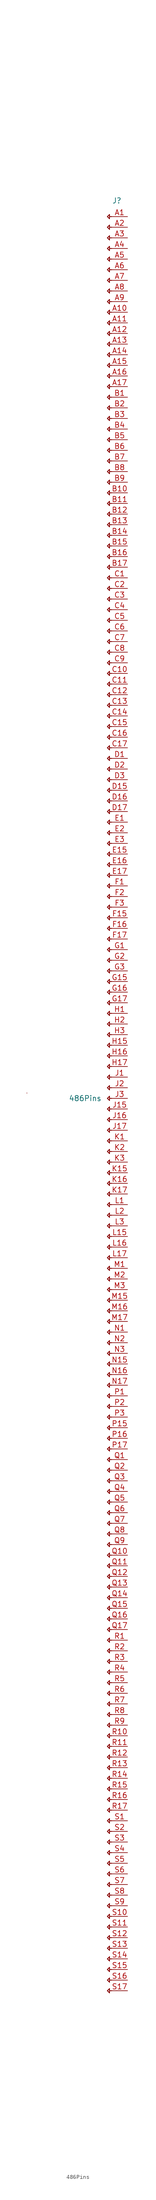
<source format=kicad_sym>
(kicad_symbol_lib
  (version 20211014)
  (generator kicad_symbol_editor)
  (symbol "486Pins"
    (pin_names
      (offset 1.016) hide)
    (property "Reference" "J"
      (at 2.54 215.9 0)
      (effects (font (size 1.27 1.27))))
    (property "Value" "486Pins"
      (at -5.08 1.27 0)
      (effects (font (size 1.27 1.27))))
    (symbol "486Pins_0_1"
      (polyline (pts (xy -19.05 2.54) (xy -19.05 2.54)) (stroke (width 0) (type default) (color 0 0 0 0)) (fill (type none)))
      (polyline (pts (xy -19.05 2.54) (xy -19.05 2.54)) (stroke (width 0) (type default) (color 0 0 0 0)) (fill (type none)))
      (polyline (pts (xy -19.05 2.54) (xy -19.05 2.54)) (stroke (width 0) (type default) (color 0 0 0 0)) (fill (type none)))
      (polyline (pts (xy 0.254 -212.09) (xy 0.762 -212.598)) (stroke (width 0.2) (type default) (color 0 0 0 0)) (fill (type none)))
      (polyline (pts (xy 0.254 -212.09) (xy 0.762 -211.582)) (stroke (width 0.2) (type default) (color 0 0 0 0)) (fill (type none)))
      (polyline (pts (xy 0.254 -209.55) (xy 0.762 -210.058)) (stroke (width 0.2) (type default) (color 0 0 0 0)) (fill (type none)))
      (polyline (pts (xy 0.254 -209.55) (xy 0.762 -209.042)) (stroke (width 0.2) (type default) (color 0 0 0 0)) (fill (type none)))
      (polyline (pts (xy 0.254 -207.01) (xy 0.762 -207.518)) (stroke (width 0.2) (type default) (color 0 0 0 0)) (fill (type none)))
      (polyline (pts (xy 0.254 -207.01) (xy 0.762 -206.502)) (stroke (width 0.2) (type default) (color 0 0 0 0)) (fill (type none)))
      (polyline (pts (xy 0.254 -204.47) (xy 0.762 -204.978)) (stroke (width 0.2) (type default) (color 0 0 0 0)) (fill (type none)))
      (polyline (pts (xy 0.254 -204.47) (xy 0.762 -203.962)) (stroke (width 0.2) (type default) (color 0 0 0 0)) (fill (type none)))
      (polyline (pts (xy 0.254 -201.93) (xy 0.762 -202.438)) (stroke (width 0.2) (type default) (color 0 0 0 0)) (fill (type none)))
      (polyline (pts (xy 0.254 -201.93) (xy 0.762 -201.422)) (stroke (width 0.2) (type default) (color 0 0 0 0)) (fill (type none)))
      (polyline (pts (xy 0.254 -199.39) (xy 0.762 -199.898)) (stroke (width 0.2) (type default) (color 0 0 0 0)) (fill (type none)))
      (polyline (pts (xy 0.254 -199.39) (xy 0.762 -198.882)) (stroke (width 0.2) (type default) (color 0 0 0 0)) (fill (type none)))
      (polyline (pts (xy 0.254 -196.85) (xy 0.762 -197.358)) (stroke (width 0.2) (type default) (color 0 0 0 0)) (fill (type none)))
      (polyline (pts (xy 0.254 -196.85) (xy 0.762 -196.342)) (stroke (width 0.2) (type default) (color 0 0 0 0)) (fill (type none)))
      (polyline (pts (xy 0.254 -194.31) (xy 0.762 -194.818)) (stroke (width 0.2) (type default) (color 0 0 0 0)) (fill (type none)))
      (polyline (pts (xy 0.254 -194.31) (xy 0.762 -193.802)) (stroke (width 0.2) (type default) (color 0 0 0 0)) (fill (type none)))
      (polyline (pts (xy 0.254 -191.77) (xy 0.762 -192.278)) (stroke (width 0.2) (type default) (color 0 0 0 0)) (fill (type none)))
      (polyline (pts (xy 0.254 -191.77) (xy 0.762 -191.262)) (stroke (width 0.2) (type default) (color 0 0 0 0)) (fill (type none)))
      (polyline (pts (xy 0.254 -189.23) (xy 0.762 -189.738)) (stroke (width 0.2) (type default) (color 0 0 0 0)) (fill (type none)))
      (polyline (pts (xy 0.254 -189.23) (xy 0.762 -188.722)) (stroke (width 0.2) (type default) (color 0 0 0 0)) (fill (type none)))
      (polyline (pts (xy 0.254 -186.69) (xy 0.762 -187.198)) (stroke (width 0.2) (type default) (color 0 0 0 0)) (fill (type none)))
      (polyline (pts (xy 0.254 -186.69) (xy 0.762 -186.182)) (stroke (width 0.2) (type default) (color 0 0 0 0)) (fill (type none)))
      (polyline (pts (xy 0.254 -184.15) (xy 0.762 -184.658)) (stroke (width 0.2) (type default) (color 0 0 0 0)) (fill (type none)))
      (polyline (pts (xy 0.254 -184.15) (xy 0.762 -183.642)) (stroke (width 0.2) (type default) (color 0 0 0 0)) (fill (type none)))
      (polyline (pts (xy 0.254 -181.61) (xy 0.762 -182.118)) (stroke (width 0.2) (type default) (color 0 0 0 0)) (fill (type none)))
      (polyline (pts (xy 0.254 -181.61) (xy 0.762 -181.102)) (stroke (width 0.2) (type default) (color 0 0 0 0)) (fill (type none)))
      (polyline (pts (xy 0.254 -179.07) (xy 0.762 -179.578)) (stroke (width 0.2) (type default) (color 0 0 0 0)) (fill (type none)))
      (polyline (pts (xy 0.254 -179.07) (xy 0.762 -178.562)) (stroke (width 0.2) (type default) (color 0 0 0 0)) (fill (type none)))
      (polyline (pts (xy 0.254 -176.53) (xy 0.762 -177.038)) (stroke (width 0.2) (type default) (color 0 0 0 0)) (fill (type none)))
      (polyline (pts (xy 0.254 -176.53) (xy 0.762 -176.022)) (stroke (width 0.2) (type default) (color 0 0 0 0)) (fill (type none)))
      (polyline (pts (xy 0.254 -173.99) (xy 0.762 -174.498)) (stroke (width 0.2) (type default) (color 0 0 0 0)) (fill (type none)))
      (polyline (pts (xy 0.254 -173.99) (xy 0.762 -173.482)) (stroke (width 0.2) (type default) (color 0 0 0 0)) (fill (type none)))
      (polyline (pts (xy 0.254 -171.45) (xy 0.762 -171.958)) (stroke (width 0.2) (type default) (color 0 0 0 0)) (fill (type none)))
      (polyline (pts (xy 0.254 -171.45) (xy 0.762 -170.942)) (stroke (width 0.2) (type default) (color 0 0 0 0)) (fill (type none)))
      (polyline (pts (xy 0.254 -168.91) (xy 0.762 -169.418)) (stroke (width 0.2) (type default) (color 0 0 0 0)) (fill (type none)))
      (polyline (pts (xy 0.254 -168.91) (xy 0.762 -168.402)) (stroke (width 0.2) (type default) (color 0 0 0 0)) (fill (type none)))
      (polyline (pts (xy 0.254 -166.37) (xy 0.762 -166.878)) (stroke (width 0.2) (type default) (color 0 0 0 0)) (fill (type none)))
      (polyline (pts (xy 0.254 -166.37) (xy 0.762 -165.862)) (stroke (width 0.2) (type default) (color 0 0 0 0)) (fill (type none)))
      (polyline (pts (xy 0.254 -163.83) (xy 0.762 -164.338)) (stroke (width 0.2) (type default) (color 0 0 0 0)) (fill (type none)))
      (polyline (pts (xy 0.254 -163.83) (xy 0.762 -163.322)) (stroke (width 0.2) (type default) (color 0 0 0 0)) (fill (type none)))
      (polyline (pts (xy 0.254 -161.29) (xy 0.762 -161.798)) (stroke (width 0.2) (type default) (color 0 0 0 0)) (fill (type none)))
      (polyline (pts (xy 0.254 -161.29) (xy 0.762 -160.782)) (stroke (width 0.2) (type default) (color 0 0 0 0)) (fill (type none)))
      (polyline (pts (xy 0.254 -158.75) (xy 0.762 -159.258)) (stroke (width 0.2) (type default) (color 0 0 0 0)) (fill (type none)))
      (polyline (pts (xy 0.254 -158.75) (xy 0.762 -158.242)) (stroke (width 0.2) (type default) (color 0 0 0 0)) (fill (type none)))
      (polyline (pts (xy 0.254 -156.21) (xy 0.762 -156.718)) (stroke (width 0.2) (type default) (color 0 0 0 0)) (fill (type none)))
      (polyline (pts (xy 0.254 -156.21) (xy 0.762 -155.702)) (stroke (width 0.2) (type default) (color 0 0 0 0)) (fill (type none)))
      (polyline (pts (xy 0.254 -153.67) (xy 0.762 -154.178)) (stroke (width 0.2) (type default) (color 0 0 0 0)) (fill (type none)))
      (polyline (pts (xy 0.254 -153.67) (xy 0.762 -153.162)) (stroke (width 0.2) (type default) (color 0 0 0 0)) (fill (type none)))
      (polyline (pts (xy 0.254 -151.13) (xy 0.762 -151.638)) (stroke (width 0.2) (type default) (color 0 0 0 0)) (fill (type none)))
      (polyline (pts (xy 0.254 -151.13) (xy 0.762 -150.622)) (stroke (width 0.2) (type default) (color 0 0 0 0)) (fill (type none)))
      (polyline (pts (xy 0.254 -148.59) (xy 0.762 -149.098)) (stroke (width 0.2) (type default) (color 0 0 0 0)) (fill (type none)))
      (polyline (pts (xy 0.254 -148.59) (xy 0.762 -148.082)) (stroke (width 0.2) (type default) (color 0 0 0 0)) (fill (type none)))
      (polyline (pts (xy 0.254 -146.05) (xy 0.762 -146.558)) (stroke (width 0.2) (type default) (color 0 0 0 0)) (fill (type none)))
      (polyline (pts (xy 0.254 -146.05) (xy 0.762 -145.542)) (stroke (width 0.2) (type default) (color 0 0 0 0)) (fill (type none)))
      (polyline (pts (xy 0.254 -143.51) (xy 0.762 -144.018)) (stroke (width 0.2) (type default) (color 0 0 0 0)) (fill (type none)))
      (polyline (pts (xy 0.254 -143.51) (xy 0.762 -143.002)) (stroke (width 0.2) (type default) (color 0 0 0 0)) (fill (type none)))
      (polyline (pts (xy 0.254 -140.97) (xy 0.762 -141.478)) (stroke (width 0.2) (type default) (color 0 0 0 0)) (fill (type none)))
      (polyline (pts (xy 0.254 -140.97) (xy 0.762 -140.462)) (stroke (width 0.2) (type default) (color 0 0 0 0)) (fill (type none)))
      (polyline (pts (xy 0.254 -138.43) (xy 0.762 -138.938)) (stroke (width 0.2) (type default) (color 0 0 0 0)) (fill (type none)))
      (polyline (pts (xy 0.254 -138.43) (xy 0.762 -137.922)) (stroke (width 0.2) (type default) (color 0 0 0 0)) (fill (type none)))
      (polyline (pts (xy 0.254 -135.89) (xy 0.762 -136.398)) (stroke (width 0.2) (type default) (color 0 0 0 0)) (fill (type none)))
      (polyline (pts (xy 0.254 -135.89) (xy 0.762 -135.382)) (stroke (width 0.2) (type default) (color 0 0 0 0)) (fill (type none)))
      (polyline (pts (xy 0.254 -133.35) (xy 0.762 -133.858)) (stroke (width 0.2) (type default) (color 0 0 0 0)) (fill (type none)))
      (polyline (pts (xy 0.254 -133.35) (xy 0.762 -132.842)) (stroke (width 0.2) (type default) (color 0 0 0 0)) (fill (type none)))
      (polyline (pts (xy 0.254 -130.81) (xy 0.762 -131.318)) (stroke (width 0.2) (type default) (color 0 0 0 0)) (fill (type none)))
      (polyline (pts (xy 0.254 -130.81) (xy 0.762 -130.302)) (stroke (width 0.2) (type default) (color 0 0 0 0)) (fill (type none)))
      (polyline (pts (xy 0.254 -128.27) (xy 0.762 -128.778)) (stroke (width 0.2) (type default) (color 0 0 0 0)) (fill (type none)))
      (polyline (pts (xy 0.254 -128.27) (xy 0.762 -127.762)) (stroke (width 0.2) (type default) (color 0 0 0 0)) (fill (type none)))
      (polyline (pts (xy 0.254 -125.73) (xy 0.762 -126.238)) (stroke (width 0.2) (type default) (color 0 0 0 0)) (fill (type none)))
      (polyline (pts (xy 0.254 -125.73) (xy 0.762 -125.222)) (stroke (width 0.2) (type default) (color 0 0 0 0)) (fill (type none)))
      (polyline (pts (xy 0.254 -123.19) (xy 0.762 -123.698)) (stroke (width 0.2) (type default) (color 0 0 0 0)) (fill (type none)))
      (polyline (pts (xy 0.254 -123.19) (xy 0.762 -122.682)) (stroke (width 0.2) (type default) (color 0 0 0 0)) (fill (type none)))
      (polyline (pts (xy 0.254 -120.65) (xy 0.762 -121.158)) (stroke (width 0.2) (type default) (color 0 0 0 0)) (fill (type none)))
      (polyline (pts (xy 0.254 -120.65) (xy 0.762 -120.142)) (stroke (width 0.2) (type default) (color 0 0 0 0)) (fill (type none)))
      (polyline (pts (xy 0.254 -118.11) (xy 0.762 -118.618)) (stroke (width 0.2) (type default) (color 0 0 0 0)) (fill (type none)))
      (polyline (pts (xy 0.254 -118.11) (xy 0.762 -117.602)) (stroke (width 0.2) (type default) (color 0 0 0 0)) (fill (type none)))
      (polyline (pts (xy 0.254 -115.57) (xy 0.762 -116.078)) (stroke (width 0.2) (type default) (color 0 0 0 0)) (fill (type none)))
      (polyline (pts (xy 0.254 -115.57) (xy 0.762 -115.062)) (stroke (width 0.2) (type default) (color 0 0 0 0)) (fill (type none)))
      (polyline (pts (xy 0.254 -113.03) (xy 0.762 -113.538)) (stroke (width 0.2) (type default) (color 0 0 0 0)) (fill (type none)))
      (polyline (pts (xy 0.254 -113.03) (xy 0.762 -112.522)) (stroke (width 0.2) (type default) (color 0 0 0 0)) (fill (type none)))
      (polyline (pts (xy 0.254 -110.49) (xy 0.762 -110.998)) (stroke (width 0.2) (type default) (color 0 0 0 0)) (fill (type none)))
      (polyline (pts (xy 0.254 -110.49) (xy 0.762 -109.982)) (stroke (width 0.2) (type default) (color 0 0 0 0)) (fill (type none)))
      (polyline (pts (xy 0.254 -107.95) (xy 0.762 -108.458)) (stroke (width 0.2) (type default) (color 0 0 0 0)) (fill (type none)))
      (polyline (pts (xy 0.254 -107.95) (xy 0.762 -107.442)) (stroke (width 0.2) (type default) (color 0 0 0 0)) (fill (type none)))
      (polyline (pts (xy 0.254 -105.41) (xy 0.762 -105.918)) (stroke (width 0.2) (type default) (color 0 0 0 0)) (fill (type none)))
      (polyline (pts (xy 0.254 -105.41) (xy 0.762 -104.902)) (stroke (width 0.2) (type default) (color 0 0 0 0)) (fill (type none)))
      (polyline (pts (xy 0.254 -102.87) (xy 0.762 -103.378)) (stroke (width 0.2) (type default) (color 0 0 0 0)) (fill (type none)))
      (polyline (pts (xy 0.254 -102.87) (xy 0.762 -102.362)) (stroke (width 0.2) (type default) (color 0 0 0 0)) (fill (type none)))
      (polyline (pts (xy 0.254 -100.33) (xy 0.762 -100.838)) (stroke (width 0.2) (type default) (color 0 0 0 0)) (fill (type none)))
      (polyline (pts (xy 0.254 -100.33) (xy 0.762 -99.822)) (stroke (width 0.2) (type default) (color 0 0 0 0)) (fill (type none)))
      (polyline (pts (xy 0.254 -97.79) (xy 0.762 -98.298)) (stroke (width 0.2) (type default) (color 0 0 0 0)) (fill (type none)))
      (polyline (pts (xy 0.254 -97.79) (xy 0.762 -97.282)) (stroke (width 0.2) (type default) (color 0 0 0 0)) (fill (type none)))
      (polyline (pts (xy 0.254 -95.25) (xy 0.762 -95.758)) (stroke (width 0.2) (type default) (color 0 0 0 0)) (fill (type none)))
      (polyline (pts (xy 0.254 -95.25) (xy 0.762 -94.742)) (stroke (width 0.2) (type default) (color 0 0 0 0)) (fill (type none)))
      (polyline (pts (xy 0.254 -92.71) (xy 0.762 -93.218)) (stroke (width 0.2) (type default) (color 0 0 0 0)) (fill (type none)))
      (polyline (pts (xy 0.254 -92.71) (xy 0.762 -92.202)) (stroke (width 0.2) (type default) (color 0 0 0 0)) (fill (type none)))
      (polyline (pts (xy 0.254 -90.17) (xy 0.762 -90.678)) (stroke (width 0.2) (type default) (color 0 0 0 0)) (fill (type none)))
      (polyline (pts (xy 0.254 -90.17) (xy 0.762 -89.662)) (stroke (width 0.2) (type default) (color 0 0 0 0)) (fill (type none)))
      (polyline (pts (xy 0.254 -87.63) (xy 0.762 -88.138)) (stroke (width 0.2) (type default) (color 0 0 0 0)) (fill (type none)))
      (polyline (pts (xy 0.254 -87.63) (xy 0.762 -87.122)) (stroke (width 0.2) (type default) (color 0 0 0 0)) (fill (type none)))
      (polyline (pts (xy 0.254 -85.09) (xy 0.762 -85.598)) (stroke (width 0.2) (type default) (color 0 0 0 0)) (fill (type none)))
      (polyline (pts (xy 0.254 -85.09) (xy 0.762 -84.582)) (stroke (width 0.2) (type default) (color 0 0 0 0)) (fill (type none)))
      (polyline (pts (xy 0.254 -82.55) (xy 0.762 -83.058)) (stroke (width 0.2) (type default) (color 0 0 0 0)) (fill (type none)))
      (polyline (pts (xy 0.254 -82.55) (xy 0.762 -82.042)) (stroke (width 0.2) (type default) (color 0 0 0 0)) (fill (type none)))
      (polyline (pts (xy 0.254 -80.01) (xy 0.762 -80.518)) (stroke (width 0.2) (type default) (color 0 0 0 0)) (fill (type none)))
      (polyline (pts (xy 0.254 -80.01) (xy 0.762 -79.502)) (stroke (width 0.2) (type default) (color 0 0 0 0)) (fill (type none)))
      (polyline (pts (xy 0.254 -77.47) (xy 0.762 -77.978)) (stroke (width 0.2) (type default) (color 0 0 0 0)) (fill (type none)))
      (polyline (pts (xy 0.254 -77.47) (xy 0.762 -76.962)) (stroke (width 0.2) (type default) (color 0 0 0 0)) (fill (type none)))
      (polyline (pts (xy 0.254 -74.93) (xy 0.762 -75.438)) (stroke (width 0.2) (type default) (color 0 0 0 0)) (fill (type none)))
      (polyline (pts (xy 0.254 -74.93) (xy 0.762 -74.422)) (stroke (width 0.2) (type default) (color 0 0 0 0)) (fill (type none)))
      (polyline (pts (xy 0.254 -72.39) (xy 0.762 -72.898)) (stroke (width 0.2) (type default) (color 0 0 0 0)) (fill (type none)))
      (polyline (pts (xy 0.254 -72.39) (xy 0.762 -71.882)) (stroke (width 0.2) (type default) (color 0 0 0 0)) (fill (type none)))
      (polyline (pts (xy 0.254 -69.85) (xy 0.762 -70.358)) (stroke (width 0.2) (type default) (color 0 0 0 0)) (fill (type none)))
      (polyline (pts (xy 0.254 -69.85) (xy 0.762 -69.342)) (stroke (width 0.2) (type default) (color 0 0 0 0)) (fill (type none)))
      (polyline (pts (xy 0.254 -67.31) (xy 0.762 -67.818)) (stroke (width 0.2) (type default) (color 0 0 0 0)) (fill (type none)))
      (polyline (pts (xy 0.254 -67.31) (xy 0.762 -66.802)) (stroke (width 0.2) (type default) (color 0 0 0 0)) (fill (type none)))
      (polyline (pts (xy 0.254 -64.77) (xy 0.762 -65.278)) (stroke (width 0.2) (type default) (color 0 0 0 0)) (fill (type none)))
      (polyline (pts (xy 0.254 -64.77) (xy 0.762 -64.262)) (stroke (width 0.2) (type default) (color 0 0 0 0)) (fill (type none)))
      (polyline (pts (xy 0.254 -62.23) (xy 0.762 -62.738)) (stroke (width 0.2) (type default) (color 0 0 0 0)) (fill (type none)))
      (polyline (pts (xy 0.254 -62.23) (xy 0.762 -61.722)) (stroke (width 0.2) (type default) (color 0 0 0 0)) (fill (type none)))
      (polyline (pts (xy 0.254 -59.69) (xy 0.762 -60.198)) (stroke (width 0.2) (type default) (color 0 0 0 0)) (fill (type none)))
      (polyline (pts (xy 0.254 -59.69) (xy 0.762 -59.182)) (stroke (width 0.2) (type default) (color 0 0 0 0)) (fill (type none)))
      (polyline (pts (xy 0.254 -57.15) (xy 0.762 -57.658)) (stroke (width 0.2) (type default) (color 0 0 0 0)) (fill (type none)))
      (polyline (pts (xy 0.254 -57.15) (xy 0.762 -56.642)) (stroke (width 0.2) (type default) (color 0 0 0 0)) (fill (type none)))
      (polyline (pts (xy 0.254 -54.61) (xy 0.762 -55.118)) (stroke (width 0.2) (type default) (color 0 0 0 0)) (fill (type none)))
      (polyline (pts (xy 0.254 -54.61) (xy 0.762 -54.102)) (stroke (width 0.2) (type default) (color 0 0 0 0)) (fill (type none)))
      (polyline (pts (xy 0.254 -52.07) (xy 0.762 -52.578)) (stroke (width 0.2) (type default) (color 0 0 0 0)) (fill (type none)))
      (polyline (pts (xy 0.254 -52.07) (xy 0.762 -51.562)) (stroke (width 0.2) (type default) (color 0 0 0 0)) (fill (type none)))
      (polyline (pts (xy 0.254 -49.53) (xy 0.762 -50.038)) (stroke (width 0.2) (type default) (color 0 0 0 0)) (fill (type none)))
      (polyline (pts (xy 0.254 -49.53) (xy 0.762 -49.022)) (stroke (width 0.2) (type default) (color 0 0 0 0)) (fill (type none)))
      (polyline (pts (xy 0.254 -46.99) (xy 0.762 -47.498)) (stroke (width 0.2) (type default) (color 0 0 0 0)) (fill (type none)))
      (polyline (pts (xy 0.254 -46.99) (xy 0.762 -46.482)) (stroke (width 0.2) (type default) (color 0 0 0 0)) (fill (type none)))
      (polyline (pts (xy 0.254 -44.45) (xy 0.762 -44.958)) (stroke (width 0.2) (type default) (color 0 0 0 0)) (fill (type none)))
      (polyline (pts (xy 0.254 -44.45) (xy 0.762 -43.942)) (stroke (width 0.2) (type default) (color 0 0 0 0)) (fill (type none)))
      (polyline (pts (xy 0.254 -41.91) (xy 0.762 -42.418)) (stroke (width 0.2) (type default) (color 0 0 0 0)) (fill (type none)))
      (polyline (pts (xy 0.254 -41.91) (xy 0.762 -41.402)) (stroke (width 0.2) (type default) (color 0 0 0 0)) (fill (type none)))
      (polyline (pts (xy 0.254 -39.37) (xy 0.762 -39.878)) (stroke (width 0.2) (type default) (color 0 0 0 0)) (fill (type none)))
      (polyline (pts (xy 0.254 -39.37) (xy 0.762 -38.862)) (stroke (width 0.2) (type default) (color 0 0 0 0)) (fill (type none)))
      (polyline (pts (xy 0.254 -36.83) (xy 0.762 -37.338)) (stroke (width 0.2) (type default) (color 0 0 0 0)) (fill (type none)))
      (polyline (pts (xy 0.254 -36.83) (xy 0.762 -36.322)) (stroke (width 0.2) (type default) (color 0 0 0 0)) (fill (type none)))
      (polyline (pts (xy 0.254 -34.29) (xy 0.762 -34.798)) (stroke (width 0.2) (type default) (color 0 0 0 0)) (fill (type none)))
      (polyline (pts (xy 0.254 -34.29) (xy 0.762 -33.782)) (stroke (width 0.2) (type default) (color 0 0 0 0)) (fill (type none)))
      (polyline (pts (xy 0.254 -31.75) (xy 0.762 -32.258)) (stroke (width 0.2) (type default) (color 0 0 0 0)) (fill (type none)))
      (polyline (pts (xy 0.254 -31.75) (xy 0.762 -31.242)) (stroke (width 0.2) (type default) (color 0 0 0 0)) (fill (type none)))
      (polyline (pts (xy 0.254 -29.21) (xy 0.762 -29.718)) (stroke (width 0.2) (type default) (color 0 0 0 0)) (fill (type none)))
      (polyline (pts (xy 0.254 -29.21) (xy 0.762 -28.702)) (stroke (width 0.2) (type default) (color 0 0 0 0)) (fill (type none)))
      (polyline (pts (xy 0.254 -26.67) (xy 0.762 -27.178)) (stroke (width 0.2) (type default) (color 0 0 0 0)) (fill (type none)))
      (polyline (pts (xy 0.254 -26.67) (xy 0.762 -26.162)) (stroke (width 0.2) (type default) (color 0 0 0 0)) (fill (type none)))
      (polyline (pts (xy 0.254 -24.13) (xy 0.762 -24.638)) (stroke (width 0.2) (type default) (color 0 0 0 0)) (fill (type none)))
      (polyline (pts (xy 0.254 -24.13) (xy 0.762 -23.622)) (stroke (width 0.2) (type default) (color 0 0 0 0)) (fill (type none)))
      (polyline (pts (xy 0.254 -21.59) (xy 0.762 -22.098)) (stroke (width 0.2) (type default) (color 0 0 0 0)) (fill (type none)))
      (polyline (pts (xy 0.254 -21.59) (xy 0.762 -21.082)) (stroke (width 0.2) (type default) (color 0 0 0 0)) (fill (type none)))
      (polyline (pts (xy 0.254 -19.05) (xy 0.762 -19.558)) (stroke (width 0.2) (type default) (color 0 0 0 0)) (fill (type none)))
      (polyline (pts (xy 0.254 -19.05) (xy 0.762 -18.542)) (stroke (width 0.2) (type default) (color 0 0 0 0)) (fill (type none)))
      (polyline (pts (xy 0.254 -16.51) (xy 0.762 -17.018)) (stroke (width 0.2) (type default) (color 0 0 0 0)) (fill (type none)))
      (polyline (pts (xy 0.254 -16.51) (xy 0.762 -16.002)) (stroke (width 0.2) (type default) (color 0 0 0 0)) (fill (type none)))
      (polyline (pts (xy 0.254 -13.97) (xy 0.762 -14.478)) (stroke (width 0.2) (type default) (color 0 0 0 0)) (fill (type none)))
      (polyline (pts (xy 0.254 -13.97) (xy 0.762 -13.462)) (stroke (width 0.2) (type default) (color 0 0 0 0)) (fill (type none)))
      (polyline (pts (xy 0.254 -11.43) (xy 0.762 -11.938)) (stroke (width 0.2) (type default) (color 0 0 0 0)) (fill (type none)))
      (polyline (pts (xy 0.254 -11.43) (xy 0.762 -10.922)) (stroke (width 0.2) (type default) (color 0 0 0 0)) (fill (type none)))
      (polyline (pts (xy 0.254 -8.89) (xy 0.762 -9.398)) (stroke (width 0.2) (type default) (color 0 0 0 0)) (fill (type none)))
      (polyline (pts (xy 0.254 -8.89) (xy 0.762 -8.382)) (stroke (width 0.2) (type default) (color 0 0 0 0)) (fill (type none)))
      (polyline (pts (xy 0.254 -6.35) (xy 0.762 -6.858)) (stroke (width 0.2) (type default) (color 0 0 0 0)) (fill (type none)))
      (polyline (pts (xy 0.254 -6.35) (xy 0.762 -5.842)) (stroke (width 0.2) (type default) (color 0 0 0 0)) (fill (type none)))
      (polyline (pts (xy 0.254 -3.81) (xy 0.762 -4.318)) (stroke (width 0.2) (type default) (color 0 0 0 0)) (fill (type none)))
      (polyline (pts (xy 0.254 -3.81) (xy 0.762 -3.302)) (stroke (width 0.2) (type default) (color 0 0 0 0)) (fill (type none)))
      (polyline (pts (xy 0.254 -1.27) (xy 0.762 -1.778)) (stroke (width 0.2) (type default) (color 0 0 0 0)) (fill (type none)))
      (polyline (pts (xy 0.254 -1.27) (xy 0.762 -0.762)) (stroke (width 0.2) (type default) (color 0 0 0 0)) (fill (type none)))
      (polyline (pts (xy 0.254 1.27) (xy 0.762 0.762)) (stroke (width 0.2) (type default) (color 0 0 0 0)) (fill (type none)))
      (polyline (pts (xy 0.254 1.27) (xy 0.762 1.778)) (stroke (width 0.2) (type default) (color 0 0 0 0)) (fill (type none)))
      (polyline (pts (xy 0.254 3.81) (xy 0.762 3.302)) (stroke (width 0.2) (type default) (color 0 0 0 0)) (fill (type none)))
      (polyline (pts (xy 0.254 3.81) (xy 0.762 4.318)) (stroke (width 0.2) (type default) (color 0 0 0 0)) (fill (type none)))
      (polyline (pts (xy 0.254 6.35) (xy 0.762 5.842)) (stroke (width 0.2) (type default) (color 0 0 0 0)) (fill (type none)))
      (polyline (pts (xy 0.254 6.35) (xy 0.762 6.858)) (stroke (width 0.2) (type default) (color 0 0 0 0)) (fill (type none)))
      (polyline (pts (xy 0.254 8.89) (xy 0.762 8.382)) (stroke (width 0.2) (type default) (color 0 0 0 0)) (fill (type none)))
      (polyline (pts (xy 0.254 8.89) (xy 0.762 9.398)) (stroke (width 0.2) (type default) (color 0 0 0 0)) (fill (type none)))
      (polyline (pts (xy 0.254 11.43) (xy 0.762 10.922)) (stroke (width 0.2) (type default) (color 0 0 0 0)) (fill (type none)))
      (polyline (pts (xy 0.254 11.43) (xy 0.762 11.938)) (stroke (width 0.2) (type default) (color 0 0 0 0)) (fill (type none)))
      (polyline (pts (xy 0.254 13.97) (xy 0.762 13.462)) (stroke (width 0.2) (type default) (color 0 0 0 0)) (fill (type none)))
      (polyline (pts (xy 0.254 13.97) (xy 0.762 14.478)) (stroke (width 0.2) (type default) (color 0 0 0 0)) (fill (type none)))
      (polyline (pts (xy 0.254 16.51) (xy 0.762 16.002)) (stroke (width 0.2) (type default) (color 0 0 0 0)) (fill (type none)))
      (polyline (pts (xy 0.254 16.51) (xy 0.762 17.018)) (stroke (width 0.2) (type default) (color 0 0 0 0)) (fill (type none)))
      (polyline (pts (xy 0.254 19.05) (xy 0.762 18.542)) (stroke (width 0.2) (type default) (color 0 0 0 0)) (fill (type none)))
      (polyline (pts (xy 0.254 19.05) (xy 0.762 19.558)) (stroke (width 0.2) (type default) (color 0 0 0 0)) (fill (type none)))
      (polyline (pts (xy 0.254 21.59) (xy 0.762 21.082)) (stroke (width 0.2) (type default) (color 0 0 0 0)) (fill (type none)))
      (polyline (pts (xy 0.254 21.59) (xy 0.762 22.098)) (stroke (width 0.2) (type default) (color 0 0 0 0)) (fill (type none)))
      (polyline (pts (xy 0.254 24.13) (xy 0.762 23.622)) (stroke (width 0.2) (type default) (color 0 0 0 0)) (fill (type none)))
      (polyline (pts (xy 0.254 24.13) (xy 0.762 24.638)) (stroke (width 0.2) (type default) (color 0 0 0 0)) (fill (type none)))
      (polyline (pts (xy 0.254 26.67) (xy 0.762 26.162)) (stroke (width 0.2) (type default) (color 0 0 0 0)) (fill (type none)))
      (polyline (pts (xy 0.254 26.67) (xy 0.762 27.178)) (stroke (width 0.2) (type default) (color 0 0 0 0)) (fill (type none)))
      (polyline (pts (xy 0.254 29.21) (xy 0.762 28.702)) (stroke (width 0.2) (type default) (color 0 0 0 0)) (fill (type none)))
      (polyline (pts (xy 0.254 29.21) (xy 0.762 29.718)) (stroke (width 0.2) (type default) (color 0 0 0 0)) (fill (type none)))
      (polyline (pts (xy 0.254 31.75) (xy 0.762 31.242)) (stroke (width 0.2) (type default) (color 0 0 0 0)) (fill (type none)))
      (polyline (pts (xy 0.254 31.75) (xy 0.762 32.258)) (stroke (width 0.2) (type default) (color 0 0 0 0)) (fill (type none)))
      (polyline (pts (xy 0.254 34.29) (xy 0.762 33.782)) (stroke (width 0.2) (type default) (color 0 0 0 0)) (fill (type none)))
      (polyline (pts (xy 0.254 34.29) (xy 0.762 34.798)) (stroke (width 0.2) (type default) (color 0 0 0 0)) (fill (type none)))
      (polyline (pts (xy 0.254 36.83) (xy 0.762 36.322)) (stroke (width 0.2) (type default) (color 0 0 0 0)) (fill (type none)))
      (polyline (pts (xy 0.254 36.83) (xy 0.762 37.338)) (stroke (width 0.2) (type default) (color 0 0 0 0)) (fill (type none)))
      (polyline (pts (xy 0.254 39.37) (xy 0.762 38.862)) (stroke (width 0.2) (type default) (color 0 0 0 0)) (fill (type none)))
      (polyline (pts (xy 0.254 39.37) (xy 0.762 39.878)) (stroke (width 0.2) (type default) (color 0 0 0 0)) (fill (type none)))
      (polyline (pts (xy 0.254 41.91) (xy 0.762 41.402)) (stroke (width 0.2) (type default) (color 0 0 0 0)) (fill (type none)))
      (polyline (pts (xy 0.254 41.91) (xy 0.762 42.418)) (stroke (width 0.2) (type default) (color 0 0 0 0)) (fill (type none)))
      (polyline (pts (xy 0.254 44.45) (xy 0.762 43.942)) (stroke (width 0.2) (type default) (color 0 0 0 0)) (fill (type none)))
      (polyline (pts (xy 0.254 44.45) (xy 0.762 44.958)) (stroke (width 0.2) (type default) (color 0 0 0 0)) (fill (type none)))
      (polyline (pts (xy 0.254 46.99) (xy 0.762 46.482)) (stroke (width 0.2) (type default) (color 0 0 0 0)) (fill (type none)))
      (polyline (pts (xy 0.254 46.99) (xy 0.762 47.498)) (stroke (width 0.2) (type default) (color 0 0 0 0)) (fill (type none)))
      (polyline (pts (xy 0.254 49.53) (xy 0.762 49.022)) (stroke (width 0.2) (type default) (color 0 0 0 0)) (fill (type none)))
      (polyline (pts (xy 0.254 49.53) (xy 0.762 50.038)) (stroke (width 0.2) (type default) (color 0 0 0 0)) (fill (type none)))
      (polyline (pts (xy 0.254 52.07) (xy 0.762 51.562)) (stroke (width 0.2) (type default) (color 0 0 0 0)) (fill (type none)))
      (polyline (pts (xy 0.254 52.07) (xy 0.762 52.578)) (stroke (width 0.2) (type default) (color 0 0 0 0)) (fill (type none)))
      (polyline (pts (xy 0.254 54.61) (xy 0.762 54.102)) (stroke (width 0.2) (type default) (color 0 0 0 0)) (fill (type none)))
      (polyline (pts (xy 0.254 54.61) (xy 0.762 55.118)) (stroke (width 0.2) (type default) (color 0 0 0 0)) (fill (type none)))
      (polyline (pts (xy 0.254 57.15) (xy 0.762 56.642)) (stroke (width 0.2) (type default) (color 0 0 0 0)) (fill (type none)))
      (polyline (pts (xy 0.254 57.15) (xy 0.762 57.658)) (stroke (width 0.2) (type default) (color 0 0 0 0)) (fill (type none)))
      (polyline (pts (xy 0.254 59.69) (xy 0.762 59.182)) (stroke (width 0.2) (type default) (color 0 0 0 0)) (fill (type none)))
      (polyline (pts (xy 0.254 59.69) (xy 0.762 60.198)) (stroke (width 0.2) (type default) (color 0 0 0 0)) (fill (type none)))
      (polyline (pts (xy 0.254 62.23) (xy 0.762 61.722)) (stroke (width 0.2) (type default) (color 0 0 0 0)) (fill (type none)))
      (polyline (pts (xy 0.254 62.23) (xy 0.762 62.738)) (stroke (width 0.2) (type default) (color 0 0 0 0)) (fill (type none)))
      (polyline (pts (xy 0.254 64.77) (xy 0.762 64.262)) (stroke (width 0.2) (type default) (color 0 0 0 0)) (fill (type none)))
      (polyline (pts (xy 0.254 64.77) (xy 0.762 65.278)) (stroke (width 0.2) (type default) (color 0 0 0 0)) (fill (type none)))
      (polyline (pts (xy 0.254 67.31) (xy 0.762 66.802)) (stroke (width 0.2) (type default) (color 0 0 0 0)) (fill (type none)))
      (polyline (pts (xy 0.254 67.31) (xy 0.762 67.818)) (stroke (width 0.2) (type default) (color 0 0 0 0)) (fill (type none)))
      (polyline (pts (xy 0.254 69.85) (xy 0.762 69.342)) (stroke (width 0.2) (type default) (color 0 0 0 0)) (fill (type none)))
      (polyline (pts (xy 0.254 69.85) (xy 0.762 70.358)) (stroke (width 0.2) (type default) (color 0 0 0 0)) (fill (type none)))
      (polyline (pts (xy 0.254 72.39) (xy 0.762 71.882)) (stroke (width 0.2) (type default) (color 0 0 0 0)) (fill (type none)))
      (polyline (pts (xy 0.254 72.39) (xy 0.762 72.898)) (stroke (width 0.2) (type default) (color 0 0 0 0)) (fill (type none)))
      (polyline (pts (xy 0.254 74.93) (xy 0.762 74.422)) (stroke (width 0.2) (type default) (color 0 0 0 0)) (fill (type none)))
      (polyline (pts (xy 0.254 74.93) (xy 0.762 75.438)) (stroke (width 0.2) (type default) (color 0 0 0 0)) (fill (type none)))
      (polyline (pts (xy 0.254 77.47) (xy 0.762 76.962)) (stroke (width 0.2) (type default) (color 0 0 0 0)) (fill (type none)))
      (polyline (pts (xy 0.254 77.47) (xy 0.762 77.978)) (stroke (width 0.2) (type default) (color 0 0 0 0)) (fill (type none)))
      (polyline (pts (xy 0.254 80.01) (xy 0.762 79.502)) (stroke (width 0.2) (type default) (color 0 0 0 0)) (fill (type none)))
      (polyline (pts (xy 0.254 80.01) (xy 0.762 80.518)) (stroke (width 0.2) (type default) (color 0 0 0 0)) (fill (type none)))
      (polyline (pts (xy 0.254 82.55) (xy 0.762 82.042)) (stroke (width 0.2) (type default) (color 0 0 0 0)) (fill (type none)))
      (polyline (pts (xy 0.254 82.55) (xy 0.762 83.058)) (stroke (width 0.2) (type default) (color 0 0 0 0)) (fill (type none)))
      (polyline (pts (xy 0.254 85.09) (xy 0.762 84.582)) (stroke (width 0.2) (type default) (color 0 0 0 0)) (fill (type none)))
      (polyline (pts (xy 0.254 85.09) (xy 0.762 85.598)) (stroke (width 0.2) (type default) (color 0 0 0 0)) (fill (type none)))
      (polyline (pts (xy 0.254 87.63) (xy 0.762 87.122)) (stroke (width 0.2) (type default) (color 0 0 0 0)) (fill (type none)))
      (polyline (pts (xy 0.254 87.63) (xy 0.762 88.138)) (stroke (width 0.2) (type default) (color 0 0 0 0)) (fill (type none)))
      (polyline (pts (xy 0.254 90.17) (xy 0.762 89.662)) (stroke (width 0.2) (type default) (color 0 0 0 0)) (fill (type none)))
      (polyline (pts (xy 0.254 90.17) (xy 0.762 90.678)) (stroke (width 0.2) (type default) (color 0 0 0 0)) (fill (type none)))
      (polyline (pts (xy 0.254 92.71) (xy 0.762 92.202)) (stroke (width 0.2) (type default) (color 0 0 0 0)) (fill (type none)))
      (polyline (pts (xy 0.254 92.71) (xy 0.762 93.218)) (stroke (width 0.2) (type default) (color 0 0 0 0)) (fill (type none)))
      (polyline (pts (xy 0.254 95.25) (xy 0.762 94.742)) (stroke (width 0.2) (type default) (color 0 0 0 0)) (fill (type none)))
      (polyline (pts (xy 0.254 95.25) (xy 0.762 95.758)) (stroke (width 0.2) (type default) (color 0 0 0 0)) (fill (type none)))
      (polyline (pts (xy 0.254 97.79) (xy 0.762 97.282)) (stroke (width 0.2) (type default) (color 0 0 0 0)) (fill (type none)))
      (polyline (pts (xy 0.254 97.79) (xy 0.762 98.298)) (stroke (width 0.2) (type default) (color 0 0 0 0)) (fill (type none)))
      (polyline (pts (xy 0.254 100.33) (xy 0.762 99.822)) (stroke (width 0.2) (type default) (color 0 0 0 0)) (fill (type none)))
      (polyline (pts (xy 0.254 100.33) (xy 0.762 100.838)) (stroke (width 0.2) (type default) (color 0 0 0 0)) (fill (type none)))
      (polyline (pts (xy 0.254 102.87) (xy 0.762 102.362)) (stroke (width 0.2) (type default) (color 0 0 0 0)) (fill (type none)))
      (polyline (pts (xy 0.254 102.87) (xy 0.762 103.378)) (stroke (width 0.2) (type default) (color 0 0 0 0)) (fill (type none)))
      (polyline (pts (xy 0.254 105.41) (xy 0.762 104.902)) (stroke (width 0.2) (type default) (color 0 0 0 0)) (fill (type none)))
      (polyline (pts (xy 0.254 105.41) (xy 0.762 105.918)) (stroke (width 0.2) (type default) (color 0 0 0 0)) (fill (type none)))
      (polyline (pts (xy 0.254 107.95) (xy 0.762 107.442)) (stroke (width 0.2) (type default) (color 0 0 0 0)) (fill (type none)))
      (polyline (pts (xy 0.254 107.95) (xy 0.762 108.458)) (stroke (width 0.2) (type default) (color 0 0 0 0)) (fill (type none)))
      (polyline (pts (xy 0.254 110.49) (xy 0.762 109.982)) (stroke (width 0.2) (type default) (color 0 0 0 0)) (fill (type none)))
      (polyline (pts (xy 0.254 110.49) (xy 0.762 110.998)) (stroke (width 0.2) (type default) (color 0 0 0 0)) (fill (type none)))
      (polyline (pts (xy 0.254 113.03) (xy 0.762 112.522)) (stroke (width 0.2) (type default) (color 0 0 0 0)) (fill (type none)))
      (polyline (pts (xy 0.254 113.03) (xy 0.762 113.538)) (stroke (width 0.2) (type default) (color 0 0 0 0)) (fill (type none)))
      (polyline (pts (xy 0.254 115.57) (xy 0.762 115.062)) (stroke (width 0.2) (type default) (color 0 0 0 0)) (fill (type none)))
      (polyline (pts (xy 0.254 115.57) (xy 0.762 116.078)) (stroke (width 0.2) (type default) (color 0 0 0 0)) (fill (type none)))
      (polyline (pts (xy 0.254 118.11) (xy 0.762 117.602)) (stroke (width 0.2) (type default) (color 0 0 0 0)) (fill (type none)))
      (polyline (pts (xy 0.254 118.11) (xy 0.762 118.618)) (stroke (width 0.2) (type default) (color 0 0 0 0)) (fill (type none)))
      (polyline (pts (xy 0.254 120.65) (xy 0.762 120.142)) (stroke (width 0.2) (type default) (color 0 0 0 0)) (fill (type none)))
      (polyline (pts (xy 0.254 120.65) (xy 0.762 121.158)) (stroke (width 0.2) (type default) (color 0 0 0 0)) (fill (type none)))
      (polyline (pts (xy 0.254 123.19) (xy 0.762 122.682)) (stroke (width 0.2) (type default) (color 0 0 0 0)) (fill (type none)))
      (polyline (pts (xy 0.254 123.19) (xy 0.762 123.698)) (stroke (width 0.2) (type default) (color 0 0 0 0)) (fill (type none)))
      (polyline (pts (xy 0.254 125.73) (xy 0.762 125.222)) (stroke (width 0.2) (type default) (color 0 0 0 0)) (fill (type none)))
      (polyline (pts (xy 0.254 125.73) (xy 0.762 126.238)) (stroke (width 0.2) (type default) (color 0 0 0 0)) (fill (type none)))
      (polyline (pts (xy 0.254 128.27) (xy 0.762 127.762)) (stroke (width 0.2) (type default) (color 0 0 0 0)) (fill (type none)))
      (polyline (pts (xy 0.254 128.27) (xy 0.762 128.778)) (stroke (width 0.2) (type default) (color 0 0 0 0)) (fill (type none)))
      (polyline (pts (xy 0.254 130.81) (xy 0.762 130.302)) (stroke (width 0.2) (type default) (color 0 0 0 0)) (fill (type none)))
      (polyline (pts (xy 0.254 130.81) (xy 0.762 131.318)) (stroke (width 0.2) (type default) (color 0 0 0 0)) (fill (type none)))
      (polyline (pts (xy 0.254 133.35) (xy 0.762 132.842)) (stroke (width 0.2) (type default) (color 0 0 0 0)) (fill (type none)))
      (polyline (pts (xy 0.254 133.35) (xy 0.762 133.858)) (stroke (width 0.2) (type default) (color 0 0 0 0)) (fill (type none)))
      (polyline (pts (xy 0.254 135.89) (xy 0.762 135.382)) (stroke (width 0.2) (type default) (color 0 0 0 0)) (fill (type none)))
      (polyline (pts (xy 0.254 135.89) (xy 0.762 136.398)) (stroke (width 0.2) (type default) (color 0 0 0 0)) (fill (type none)))
      (polyline (pts (xy 0.254 138.43) (xy 0.762 137.922)) (stroke (width 0.2) (type default) (color 0 0 0 0)) (fill (type none)))
      (polyline (pts (xy 0.254 138.43) (xy 0.762 138.938)) (stroke (width 0.2) (type default) (color 0 0 0 0)) (fill (type none)))
      (polyline (pts (xy 0.254 140.97) (xy 0.762 140.462)) (stroke (width 0.2) (type default) (color 0 0 0 0)) (fill (type none)))
      (polyline (pts (xy 0.254 140.97) (xy 0.762 141.478)) (stroke (width 0.2) (type default) (color 0 0 0 0)) (fill (type none)))
      (polyline (pts (xy 0.254 143.51) (xy 0.762 143.002)) (stroke (width 0.2) (type default) (color 0 0 0 0)) (fill (type none)))
      (polyline (pts (xy 0.254 143.51) (xy 0.762 144.018)) (stroke (width 0.2) (type default) (color 0 0 0 0)) (fill (type none)))
      (polyline (pts (xy 0.254 146.05) (xy 0.762 145.542)) (stroke (width 0.2) (type default) (color 0 0 0 0)) (fill (type none)))
      (polyline (pts (xy 0.254 146.05) (xy 0.762 146.558)) (stroke (width 0.2) (type default) (color 0 0 0 0)) (fill (type none)))
      (polyline (pts (xy 0.254 148.59) (xy 0.762 148.082)) (stroke (width 0.2) (type default) (color 0 0 0 0)) (fill (type none)))
      (polyline (pts (xy 0.254 148.59) (xy 0.762 149.098)) (stroke (width 0.2) (type default) (color 0 0 0 0)) (fill (type none)))
      (polyline (pts (xy 0.254 151.13) (xy 0.762 150.622)) (stroke (width 0.2) (type default) (color 0 0 0 0)) (fill (type none)))
      (polyline (pts (xy 0.254 151.13) (xy 0.762 151.638)) (stroke (width 0.2) (type default) (color 0 0 0 0)) (fill (type none)))
      (polyline (pts (xy 0.254 153.67) (xy 0.762 153.162)) (stroke (width 0.2) (type default) (color 0 0 0 0)) (fill (type none)))
      (polyline (pts (xy 0.254 153.67) (xy 0.762 154.178)) (stroke (width 0.2) (type default) (color 0 0 0 0)) (fill (type none)))
      (polyline (pts (xy 0.254 156.21) (xy 0.762 155.702)) (stroke (width 0.2) (type default) (color 0 0 0 0)) (fill (type none)))
      (polyline (pts (xy 0.254 156.21) (xy 0.762 156.718)) (stroke (width 0.2) (type default) (color 0 0 0 0)) (fill (type none)))
      (polyline (pts (xy 0.254 158.75) (xy 0.762 158.242)) (stroke (width 0.2) (type default) (color 0 0 0 0)) (fill (type none)))
      (polyline (pts (xy 0.254 158.75) (xy 0.762 159.258)) (stroke (width 0.2) (type default) (color 0 0 0 0)) (fill (type none)))
      (polyline (pts (xy 0.254 161.29) (xy 0.762 160.782)) (stroke (width 0.2) (type default) (color 0 0 0 0)) (fill (type none)))
      (polyline (pts (xy 0.254 161.29) (xy 0.762 161.798)) (stroke (width 0.2) (type default) (color 0 0 0 0)) (fill (type none)))
      (polyline (pts (xy 0.254 163.83) (xy 0.762 163.322)) (stroke (width 0.2) (type default) (color 0 0 0 0)) (fill (type none)))
      (polyline (pts (xy 0.254 163.83) (xy 0.762 164.338)) (stroke (width 0.2) (type default) (color 0 0 0 0)) (fill (type none)))
      (polyline (pts (xy 0.254 166.37) (xy 0.762 165.862)) (stroke (width 0.2) (type default) (color 0 0 0 0)) (fill (type none)))
      (polyline (pts (xy 0.254 166.37) (xy 0.762 166.878)) (stroke (width 0.2) (type default) (color 0 0 0 0)) (fill (type none)))
      (polyline (pts (xy 0.254 168.91) (xy 0.762 168.402)) (stroke (width 0.2) (type default) (color 0 0 0 0)) (fill (type none)))
      (polyline (pts (xy 0.254 168.91) (xy 0.762 169.418)) (stroke (width 0.2) (type default) (color 0 0 0 0)) (fill (type none)))
      (polyline (pts (xy 0.254 171.45) (xy 0.762 170.942)) (stroke (width 0.2) (type default) (color 0 0 0 0)) (fill (type none)))
      (polyline (pts (xy 0.254 171.45) (xy 0.762 171.958)) (stroke (width 0.2) (type default) (color 0 0 0 0)) (fill (type none)))
      (polyline (pts (xy 0.254 173.99) (xy 0.762 173.482)) (stroke (width 0.2) (type default) (color 0 0 0 0)) (fill (type none)))
      (polyline (pts (xy 0.254 173.99) (xy 0.762 174.498)) (stroke (width 0.2) (type default) (color 0 0 0 0)) (fill (type none)))
      (polyline (pts (xy 0.254 176.53) (xy 0.762 176.022)) (stroke (width 0.2) (type default) (color 0 0 0 0)) (fill (type none)))
      (polyline (pts (xy 0.254 176.53) (xy 0.762 177.038)) (stroke (width 0.2) (type default) (color 0 0 0 0)) (fill (type none)))
      (polyline (pts (xy 0.254 179.07) (xy 0.762 178.562)) (stroke (width 0.2) (type default) (color 0 0 0 0)) (fill (type none)))
      (polyline (pts (xy 0.254 179.07) (xy 0.762 179.578)) (stroke (width 0.2) (type default) (color 0 0 0 0)) (fill (type none)))
      (polyline (pts (xy 0.254 181.61) (xy 0.762 181.102)) (stroke (width 0.2) (type default) (color 0 0 0 0)) (fill (type none)))
      (polyline (pts (xy 0.254 181.61) (xy 0.762 182.118)) (stroke (width 0.2) (type default) (color 0 0 0 0)) (fill (type none)))
      (polyline (pts (xy 0.254 184.15) (xy 0.762 183.642)) (stroke (width 0.2) (type default) (color 0 0 0 0)) (fill (type none)))
      (polyline (pts (xy 0.254 184.15) (xy 0.762 184.658)) (stroke (width 0.2) (type default) (color 0 0 0 0)) (fill (type none)))
      (polyline (pts (xy 0.254 186.69) (xy 0.762 186.182)) (stroke (width 0.2) (type default) (color 0 0 0 0)) (fill (type none)))
      (polyline (pts (xy 0.254 186.69) (xy 0.762 187.198)) (stroke (width 0.2) (type default) (color 0 0 0 0)) (fill (type none)))
      (polyline (pts (xy 0.254 189.23) (xy 0.762 188.722)) (stroke (width 0.2) (type default) (color 0 0 0 0)) (fill (type none)))
      (polyline (pts (xy 0.254 189.23) (xy 0.762 189.738)) (stroke (width 0.2) (type default) (color 0 0 0 0)) (fill (type none)))
      (polyline (pts (xy 0.254 191.77) (xy 0.762 191.262)) (stroke (width 0.2) (type default) (color 0 0 0 0)) (fill (type none)))
      (polyline (pts (xy 0.254 191.77) (xy 0.762 192.278)) (stroke (width 0.2) (type default) (color 0 0 0 0)) (fill (type none)))
      (polyline (pts (xy 0.254 194.31) (xy 0.762 193.802)) (stroke (width 0.2) (type default) (color 0 0 0 0)) (fill (type none)))
      (polyline (pts (xy 0.254 194.31) (xy 0.762 194.818)) (stroke (width 0.2) (type default) (color 0 0 0 0)) (fill (type none)))
      (polyline (pts (xy 0.254 196.85) (xy 0.762 196.342)) (stroke (width 0.2) (type default) (color 0 0 0 0)) (fill (type none)))
      (polyline (pts (xy 0.254 196.85) (xy 0.762 197.358)) (stroke (width 0.2) (type default) (color 0 0 0 0)) (fill (type none)))
      (polyline (pts (xy 0.254 199.39) (xy 0.762 198.882)) (stroke (width 0.2) (type default) (color 0 0 0 0)) (fill (type none)))
      (polyline (pts (xy 0.254 199.39) (xy 0.762 199.898)) (stroke (width 0.2) (type default) (color 0 0 0 0)) (fill (type none)))
      (polyline (pts (xy 0.254 201.93) (xy 0.762 201.422)) (stroke (width 0.2) (type default) (color 0 0 0 0)) (fill (type none)))
      (polyline (pts (xy 0.254 201.93) (xy 0.762 202.438)) (stroke (width 0.2) (type default) (color 0 0 0 0)) (fill (type none)))
      (polyline (pts (xy 0.254 204.47) (xy 0.762 203.962)) (stroke (width 0.2) (type default) (color 0 0 0 0)) (fill (type none)))
      (polyline (pts (xy 0.254 204.47) (xy 0.762 204.978)) (stroke (width 0.2) (type default) (color 0 0 0 0)) (fill (type none)))
      (polyline (pts (xy 0.254 207.01) (xy 0.762 206.502)) (stroke (width 0.2) (type default) (color 0 0 0 0)) (fill (type none)))
      (polyline (pts (xy 0.254 207.01) (xy 0.762 207.518)) (stroke (width 0.2) (type default) (color 0 0 0 0)) (fill (type none)))
      (polyline (pts (xy 0.254 209.55) (xy 0.762 209.042)) (stroke (width 0.2) (type default) (color 0 0 0 0)) (fill (type none)))
      (polyline (pts (xy 0.254 209.55) (xy 0.762 210.058)) (stroke (width 0.2) (type default) (color 0 0 0 0)) (fill (type none)))
      (polyline (pts (xy 0.254 212.09) (xy 0.762 211.582)) (stroke (width 0.2) (type default) (color 0 0 0 0)) (fill (type none)))
      (polyline (pts (xy 0.254 212.09) (xy 0.762 212.598)) (stroke (width 0.2) (type default) (color 0 0 0 0)) (fill (type none)))
      (polyline (pts (xy 0.762 -212.09) (xy 1.27 -212.09)) (stroke (width 0.2) (type default) (color 0 0 0 0)) (fill (type none)))
      (polyline (pts (xy 0.762 -211.582) (xy 0.762 -212.598)) (stroke (width 0.2) (type default) (color 0 0 0 0)) (fill (type none)))
      (polyline (pts (xy 0.762 -209.55) (xy 1.27 -209.55)) (stroke (width 0.2) (type default) (color 0 0 0 0)) (fill (type none)))
      (polyline (pts (xy 0.762 -209.042) (xy 0.762 -210.058)) (stroke (width 0.2) (type default) (color 0 0 0 0)) (fill (type none)))
      (polyline (pts (xy 0.762 -207.01) (xy 1.27 -207.01)) (stroke (width 0.2) (type default) (color 0 0 0 0)) (fill (type none)))
      (polyline (pts (xy 0.762 -206.502) (xy 0.762 -207.518)) (stroke (width 0.2) (type default) (color 0 0 0 0)) (fill (type none)))
      (polyline (pts (xy 0.762 -204.47) (xy 1.27 -204.47)) (stroke (width 0.2) (type default) (color 0 0 0 0)) (fill (type none)))
      (polyline (pts (xy 0.762 -203.962) (xy 0.762 -204.978)) (stroke (width 0.2) (type default) (color 0 0 0 0)) (fill (type none)))
      (polyline (pts (xy 0.762 -201.93) (xy 1.27 -201.93)) (stroke (width 0.2) (type default) (color 0 0 0 0)) (fill (type none)))
      (polyline (pts (xy 0.762 -201.422) (xy 0.762 -202.438)) (stroke (width 0.2) (type default) (color 0 0 0 0)) (fill (type none)))
      (polyline (pts (xy 0.762 -199.39) (xy 1.27 -199.39)) (stroke (width 0.2) (type default) (color 0 0 0 0)) (fill (type none)))
      (polyline (pts (xy 0.762 -198.882) (xy 0.762 -199.898)) (stroke (width 0.2) (type default) (color 0 0 0 0)) (fill (type none)))
      (polyline (pts (xy 0.762 -196.85) (xy 1.27 -196.85)) (stroke (width 0.2) (type default) (color 0 0 0 0)) (fill (type none)))
      (polyline (pts (xy 0.762 -196.342) (xy 0.762 -197.358)) (stroke (width 0.2) (type default) (color 0 0 0 0)) (fill (type none)))
      (polyline (pts (xy 0.762 -194.31) (xy 1.27 -194.31)) (stroke (width 0.2) (type default) (color 0 0 0 0)) (fill (type none)))
      (polyline (pts (xy 0.762 -193.802) (xy 0.762 -194.818)) (stroke (width 0.2) (type default) (color 0 0 0 0)) (fill (type none)))
      (polyline (pts (xy 0.762 -191.77) (xy 1.27 -191.77)) (stroke (width 0.2) (type default) (color 0 0 0 0)) (fill (type none)))
      (polyline (pts (xy 0.762 -191.262) (xy 0.762 -192.278)) (stroke (width 0.2) (type default) (color 0 0 0 0)) (fill (type none)))
      (polyline (pts (xy 0.762 -189.23) (xy 1.27 -189.23)) (stroke (width 0.2) (type default) (color 0 0 0 0)) (fill (type none)))
      (polyline (pts (xy 0.762 -188.722) (xy 0.762 -189.738)) (stroke (width 0.2) (type default) (color 0 0 0 0)) (fill (type none)))
      (polyline (pts (xy 0.762 -186.69) (xy 1.27 -186.69)) (stroke (width 0.2) (type default) (color 0 0 0 0)) (fill (type none)))
      (polyline (pts (xy 0.762 -186.182) (xy 0.762 -187.198)) (stroke (width 0.2) (type default) (color 0 0 0 0)) (fill (type none)))
      (polyline (pts (xy 0.762 -184.15) (xy 1.27 -184.15)) (stroke (width 0.2) (type default) (color 0 0 0 0)) (fill (type none)))
      (polyline (pts (xy 0.762 -183.642) (xy 0.762 -184.658)) (stroke (width 0.2) (type default) (color 0 0 0 0)) (fill (type none)))
      (polyline (pts (xy 0.762 -181.61) (xy 1.27 -181.61)) (stroke (width 0.2) (type default) (color 0 0 0 0)) (fill (type none)))
      (polyline (pts (xy 0.762 -181.102) (xy 0.762 -182.118)) (stroke (width 0.2) (type default) (color 0 0 0 0)) (fill (type none)))
      (polyline (pts (xy 0.762 -179.07) (xy 1.27 -179.07)) (stroke (width 0.2) (type default) (color 0 0 0 0)) (fill (type none)))
      (polyline (pts (xy 0.762 -178.562) (xy 0.762 -179.578)) (stroke (width 0.2) (type default) (color 0 0 0 0)) (fill (type none)))
      (polyline (pts (xy 0.762 -176.53) (xy 1.27 -176.53)) (stroke (width 0.2) (type default) (color 0 0 0 0)) (fill (type none)))
      (polyline (pts (xy 0.762 -176.022) (xy 0.762 -177.038)) (stroke (width 0.2) (type default) (color 0 0 0 0)) (fill (type none)))
      (polyline (pts (xy 0.762 -173.99) (xy 1.27 -173.99)) (stroke (width 0.2) (type default) (color 0 0 0 0)) (fill (type none)))
      (polyline (pts (xy 0.762 -173.482) (xy 0.762 -174.498)) (stroke (width 0.2) (type default) (color 0 0 0 0)) (fill (type none)))
      (polyline (pts (xy 0.762 -171.45) (xy 1.27 -171.45)) (stroke (width 0.2) (type default) (color 0 0 0 0)) (fill (type none)))
      (polyline (pts (xy 0.762 -170.942) (xy 0.762 -171.958)) (stroke (width 0.2) (type default) (color 0 0 0 0)) (fill (type none)))
      (polyline (pts (xy 0.762 -168.91) (xy 1.27 -168.91)) (stroke (width 0.2) (type default) (color 0 0 0 0)) (fill (type none)))
      (polyline (pts (xy 0.762 -168.402) (xy 0.762 -169.418)) (stroke (width 0.2) (type default) (color 0 0 0 0)) (fill (type none)))
      (polyline (pts (xy 0.762 -166.37) (xy 1.27 -166.37)) (stroke (width 0.2) (type default) (color 0 0 0 0)) (fill (type none)))
      (polyline (pts (xy 0.762 -165.862) (xy 0.762 -166.878)) (stroke (width 0.2) (type default) (color 0 0 0 0)) (fill (type none)))
      (polyline (pts (xy 0.762 -163.83) (xy 1.27 -163.83)) (stroke (width 0.2) (type default) (color 0 0 0 0)) (fill (type none)))
      (polyline (pts (xy 0.762 -163.322) (xy 0.762 -164.338)) (stroke (width 0.2) (type default) (color 0 0 0 0)) (fill (type none)))
      (polyline (pts (xy 0.762 -161.29) (xy 1.27 -161.29)) (stroke (width 0.2) (type default) (color 0 0 0 0)) (fill (type none)))
      (polyline (pts (xy 0.762 -160.782) (xy 0.762 -161.798)) (stroke (width 0.2) (type default) (color 0 0 0 0)) (fill (type none)))
      (polyline (pts (xy 0.762 -158.75) (xy 1.27 -158.75)) (stroke (width 0.2) (type default) (color 0 0 0 0)) (fill (type none)))
      (polyline (pts (xy 0.762 -158.242) (xy 0.762 -159.258)) (stroke (width 0.2) (type default) (color 0 0 0 0)) (fill (type none)))
      (polyline (pts (xy 0.762 -156.21) (xy 1.27 -156.21)) (stroke (width 0.2) (type default) (color 0 0 0 0)) (fill (type none)))
      (polyline (pts (xy 0.762 -155.702) (xy 0.762 -156.718)) (stroke (width 0.2) (type default) (color 0 0 0 0)) (fill (type none)))
      (polyline (pts (xy 0.762 -153.67) (xy 1.27 -153.67)) (stroke (width 0.2) (type default) (color 0 0 0 0)) (fill (type none)))
      (polyline (pts (xy 0.762 -153.162) (xy 0.762 -154.178)) (stroke (width 0.2) (type default) (color 0 0 0 0)) (fill (type none)))
      (polyline (pts (xy 0.762 -151.13) (xy 1.27 -151.13)) (stroke (width 0.2) (type default) (color 0 0 0 0)) (fill (type none)))
      (polyline (pts (xy 0.762 -150.622) (xy 0.762 -151.638)) (stroke (width 0.2) (type default) (color 0 0 0 0)) (fill (type none)))
      (polyline (pts (xy 0.762 -148.59) (xy 1.27 -148.59)) (stroke (width 0.2) (type default) (color 0 0 0 0)) (fill (type none)))
      (polyline (pts (xy 0.762 -148.082) (xy 0.762 -149.098)) (stroke (width 0.2) (type default) (color 0 0 0 0)) (fill (type none)))
      (polyline (pts (xy 0.762 -146.05) (xy 1.27 -146.05)) (stroke (width 0.2) (type default) (color 0 0 0 0)) (fill (type none)))
      (polyline (pts (xy 0.762 -145.542) (xy 0.762 -146.558)) (stroke (width 0.2) (type default) (color 0 0 0 0)) (fill (type none)))
      (polyline (pts (xy 0.762 -143.51) (xy 1.27 -143.51)) (stroke (width 0.2) (type default) (color 0 0 0 0)) (fill (type none)))
      (polyline (pts (xy 0.762 -143.002) (xy 0.762 -144.018)) (stroke (width 0.2) (type default) (color 0 0 0 0)) (fill (type none)))
      (polyline (pts (xy 0.762 -140.97) (xy 1.27 -140.97)) (stroke (width 0.2) (type default) (color 0 0 0 0)) (fill (type none)))
      (polyline (pts (xy 0.762 -140.462) (xy 0.762 -141.478)) (stroke (width 0.2) (type default) (color 0 0 0 0)) (fill (type none)))
      (polyline (pts (xy 0.762 -138.43) (xy 1.27 -138.43)) (stroke (width 0.2) (type default) (color 0 0 0 0)) (fill (type none)))
      (polyline (pts (xy 0.762 -137.922) (xy 0.762 -138.938)) (stroke (width 0.2) (type default) (color 0 0 0 0)) (fill (type none)))
      (polyline (pts (xy 0.762 -135.89) (xy 1.27 -135.89)) (stroke (width 0.2) (type default) (color 0 0 0 0)) (fill (type none)))
      (polyline (pts (xy 0.762 -135.382) (xy 0.762 -136.398)) (stroke (width 0.2) (type default) (color 0 0 0 0)) (fill (type none)))
      (polyline (pts (xy 0.762 -133.35) (xy 1.27 -133.35)) (stroke (width 0.2) (type default) (color 0 0 0 0)) (fill (type none)))
      (polyline (pts (xy 0.762 -132.842) (xy 0.762 -133.858)) (stroke (width 0.2) (type default) (color 0 0 0 0)) (fill (type none)))
      (polyline (pts (xy 0.762 -130.81) (xy 1.27 -130.81)) (stroke (width 0.2) (type default) (color 0 0 0 0)) (fill (type none)))
      (polyline (pts (xy 0.762 -130.302) (xy 0.762 -131.318)) (stroke (width 0.2) (type default) (color 0 0 0 0)) (fill (type none)))
      (polyline (pts (xy 0.762 -128.27) (xy 1.27 -128.27)) (stroke (width 0.2) (type default) (color 0 0 0 0)) (fill (type none)))
      (polyline (pts (xy 0.762 -127.762) (xy 0.762 -128.778)) (stroke (width 0.2) (type default) (color 0 0 0 0)) (fill (type none)))
      (polyline (pts (xy 0.762 -125.73) (xy 1.27 -125.73)) (stroke (width 0.2) (type default) (color 0 0 0 0)) (fill (type none)))
      (polyline (pts (xy 0.762 -125.222) (xy 0.762 -126.238)) (stroke (width 0.2) (type default) (color 0 0 0 0)) (fill (type none)))
      (polyline (pts (xy 0.762 -123.19) (xy 1.27 -123.19)) (stroke (width 0.2) (type default) (color 0 0 0 0)) (fill (type none)))
      (polyline (pts (xy 0.762 -122.682) (xy 0.762 -123.698)) (stroke (width 0.2) (type default) (color 0 0 0 0)) (fill (type none)))
      (polyline (pts (xy 0.762 -120.65) (xy 1.27 -120.65)) (stroke (width 0.2) (type default) (color 0 0 0 0)) (fill (type none)))
      (polyline (pts (xy 0.762 -120.142) (xy 0.762 -121.158)) (stroke (width 0.2) (type default) (color 0 0 0 0)) (fill (type none)))
      (polyline (pts (xy 0.762 -118.11) (xy 1.27 -118.11)) (stroke (width 0.2) (type default) (color 0 0 0 0)) (fill (type none)))
      (polyline (pts (xy 0.762 -117.602) (xy 0.762 -118.618)) (stroke (width 0.2) (type default) (color 0 0 0 0)) (fill (type none)))
      (polyline (pts (xy 0.762 -115.57) (xy 1.27 -115.57)) (stroke (width 0.2) (type default) (color 0 0 0 0)) (fill (type none)))
      (polyline (pts (xy 0.762 -115.062) (xy 0.762 -116.078)) (stroke (width 0.2) (type default) (color 0 0 0 0)) (fill (type none)))
      (polyline (pts (xy 0.762 -113.03) (xy 1.27 -113.03)) (stroke (width 0.2) (type default) (color 0 0 0 0)) (fill (type none)))
      (polyline (pts (xy 0.762 -112.522) (xy 0.762 -113.538)) (stroke (width 0.2) (type default) (color 0 0 0 0)) (fill (type none)))
      (polyline (pts (xy 0.762 -110.49) (xy 1.27 -110.49)) (stroke (width 0.2) (type default) (color 0 0 0 0)) (fill (type none)))
      (polyline (pts (xy 0.762 -109.982) (xy 0.762 -110.998)) (stroke (width 0.2) (type default) (color 0 0 0 0)) (fill (type none)))
      (polyline (pts (xy 0.762 -107.95) (xy 1.27 -107.95)) (stroke (width 0.2) (type default) (color 0 0 0 0)) (fill (type none)))
      (polyline (pts (xy 0.762 -107.442) (xy 0.762 -108.458)) (stroke (width 0.2) (type default) (color 0 0 0 0)) (fill (type none)))
      (polyline (pts (xy 0.762 -105.41) (xy 1.27 -105.41)) (stroke (width 0.2) (type default) (color 0 0 0 0)) (fill (type none)))
      (polyline (pts (xy 0.762 -104.902) (xy 0.762 -105.918)) (stroke (width 0.2) (type default) (color 0 0 0 0)) (fill (type none)))
      (polyline (pts (xy 0.762 -102.87) (xy 1.27 -102.87)) (stroke (width 0.2) (type default) (color 0 0 0 0)) (fill (type none)))
      (polyline (pts (xy 0.762 -102.362) (xy 0.762 -103.378)) (stroke (width 0.2) (type default) (color 0 0 0 0)) (fill (type none)))
      (polyline (pts (xy 0.762 -100.33) (xy 1.27 -100.33)) (stroke (width 0.2) (type default) (color 0 0 0 0)) (fill (type none)))
      (polyline (pts (xy 0.762 -99.822) (xy 0.762 -100.838)) (stroke (width 0.2) (type default) (color 0 0 0 0)) (fill (type none)))
      (polyline (pts (xy 0.762 -97.79) (xy 1.27 -97.79)) (stroke (width 0.2) (type default) (color 0 0 0 0)) (fill (type none)))
      (polyline (pts (xy 0.762 -97.282) (xy 0.762 -98.298)) (stroke (width 0.2) (type default) (color 0 0 0 0)) (fill (type none)))
      (polyline (pts (xy 0.762 -95.25) (xy 1.27 -95.25)) (stroke (width 0.2) (type default) (color 0 0 0 0)) (fill (type none)))
      (polyline (pts (xy 0.762 -94.742) (xy 0.762 -95.758)) (stroke (width 0.2) (type default) (color 0 0 0 0)) (fill (type none)))
      (polyline (pts (xy 0.762 -92.71) (xy 1.27 -92.71)) (stroke (width 0.2) (type default) (color 0 0 0 0)) (fill (type none)))
      (polyline (pts (xy 0.762 -92.202) (xy 0.762 -93.218)) (stroke (width 0.2) (type default) (color 0 0 0 0)) (fill (type none)))
      (polyline (pts (xy 0.762 -90.17) (xy 1.27 -90.17)) (stroke (width 0.2) (type default) (color 0 0 0 0)) (fill (type none)))
      (polyline (pts (xy 0.762 -89.662) (xy 0.762 -90.678)) (stroke (width 0.2) (type default) (color 0 0 0 0)) (fill (type none)))
      (polyline (pts (xy 0.762 -87.63) (xy 1.27 -87.63)) (stroke (width 0.2) (type default) (color 0 0 0 0)) (fill (type none)))
      (polyline (pts (xy 0.762 -87.122) (xy 0.762 -88.138)) (stroke (width 0.2) (type default) (color 0 0 0 0)) (fill (type none)))
      (polyline (pts (xy 0.762 -85.09) (xy 1.27 -85.09)) (stroke (width 0.2) (type default) (color 0 0 0 0)) (fill (type none)))
      (polyline (pts (xy 0.762 -84.582) (xy 0.762 -85.598)) (stroke (width 0.2) (type default) (color 0 0 0 0)) (fill (type none)))
      (polyline (pts (xy 0.762 -82.55) (xy 1.27 -82.55)) (stroke (width 0.2) (type default) (color 0 0 0 0)) (fill (type none)))
      (polyline (pts (xy 0.762 -82.042) (xy 0.762 -83.058)) (stroke (width 0.2) (type default) (color 0 0 0 0)) (fill (type none)))
      (polyline (pts (xy 0.762 -80.01) (xy 1.27 -80.01)) (stroke (width 0.2) (type default) (color 0 0 0 0)) (fill (type none)))
      (polyline (pts (xy 0.762 -79.502) (xy 0.762 -80.518)) (stroke (width 0.2) (type default) (color 0 0 0 0)) (fill (type none)))
      (polyline (pts (xy 0.762 -77.47) (xy 1.27 -77.47)) (stroke (width 0.2) (type default) (color 0 0 0 0)) (fill (type none)))
      (polyline (pts (xy 0.762 -76.962) (xy 0.762 -77.978)) (stroke (width 0.2) (type default) (color 0 0 0 0)) (fill (type none)))
      (polyline (pts (xy 0.762 -74.93) (xy 1.27 -74.93)) (stroke (width 0.2) (type default) (color 0 0 0 0)) (fill (type none)))
      (polyline (pts (xy 0.762 -74.422) (xy 0.762 -75.438)) (stroke (width 0.2) (type default) (color 0 0 0 0)) (fill (type none)))
      (polyline (pts (xy 0.762 -72.39) (xy 1.27 -72.39)) (stroke (width 0.2) (type default) (color 0 0 0 0)) (fill (type none)))
      (polyline (pts (xy 0.762 -71.882) (xy 0.762 -72.898)) (stroke (width 0.2) (type default) (color 0 0 0 0)) (fill (type none)))
      (polyline (pts (xy 0.762 -69.85) (xy 1.27 -69.85)) (stroke (width 0.2) (type default) (color 0 0 0 0)) (fill (type none)))
      (polyline (pts (xy 0.762 -69.342) (xy 0.762 -70.358)) (stroke (width 0.2) (type default) (color 0 0 0 0)) (fill (type none)))
      (polyline (pts (xy 0.762 -67.31) (xy 1.27 -67.31)) (stroke (width 0.2) (type default) (color 0 0 0 0)) (fill (type none)))
      (polyline (pts (xy 0.762 -66.802) (xy 0.762 -67.818)) (stroke (width 0.2) (type default) (color 0 0 0 0)) (fill (type none)))
      (polyline (pts (xy 0.762 -64.77) (xy 1.27 -64.77)) (stroke (width 0.2) (type default) (color 0 0 0 0)) (fill (type none)))
      (polyline (pts (xy 0.762 -64.262) (xy 0.762 -65.278)) (stroke (width 0.2) (type default) (color 0 0 0 0)) (fill (type none)))
      (polyline (pts (xy 0.762 -62.23) (xy 1.27 -62.23)) (stroke (width 0.2) (type default) (color 0 0 0 0)) (fill (type none)))
      (polyline (pts (xy 0.762 -61.722) (xy 0.762 -62.738)) (stroke (width 0.2) (type default) (color 0 0 0 0)) (fill (type none)))
      (polyline (pts (xy 0.762 -59.69) (xy 1.27 -59.69)) (stroke (width 0.2) (type default) (color 0 0 0 0)) (fill (type none)))
      (polyline (pts (xy 0.762 -59.182) (xy 0.762 -60.198)) (stroke (width 0.2) (type default) (color 0 0 0 0)) (fill (type none)))
      (polyline (pts (xy 0.762 -57.15) (xy 1.27 -57.15)) (stroke (width 0.2) (type default) (color 0 0 0 0)) (fill (type none)))
      (polyline (pts (xy 0.762 -56.642) (xy 0.762 -57.658)) (stroke (width 0.2) (type default) (color 0 0 0 0)) (fill (type none)))
      (polyline (pts (xy 0.762 -54.61) (xy 1.27 -54.61)) (stroke (width 0.2) (type default) (color 0 0 0 0)) (fill (type none)))
      (polyline (pts (xy 0.762 -54.102) (xy 0.762 -55.118)) (stroke (width 0.2) (type default) (color 0 0 0 0)) (fill (type none)))
      (polyline (pts (xy 0.762 -52.07) (xy 1.27 -52.07)) (stroke (width 0.2) (type default) (color 0 0 0 0)) (fill (type none)))
      (polyline (pts (xy 0.762 -51.562) (xy 0.762 -52.578)) (stroke (width 0.2) (type default) (color 0 0 0 0)) (fill (type none)))
      (polyline (pts (xy 0.762 -49.53) (xy 1.27 -49.53)) (stroke (width 0.2) (type default) (color 0 0 0 0)) (fill (type none)))
      (polyline (pts (xy 0.762 -49.022) (xy 0.762 -50.038)) (stroke (width 0.2) (type default) (color 0 0 0 0)) (fill (type none)))
      (polyline (pts (xy 0.762 -46.99) (xy 1.27 -46.99)) (stroke (width 0.2) (type default) (color 0 0 0 0)) (fill (type none)))
      (polyline (pts (xy 0.762 -46.482) (xy 0.762 -47.498)) (stroke (width 0.2) (type default) (color 0 0 0 0)) (fill (type none)))
      (polyline (pts (xy 0.762 -44.45) (xy 1.27 -44.45)) (stroke (width 0.2) (type default) (color 0 0 0 0)) (fill (type none)))
      (polyline (pts (xy 0.762 -43.942) (xy 0.762 -44.958)) (stroke (width 0.2) (type default) (color 0 0 0 0)) (fill (type none)))
      (polyline (pts (xy 0.762 -41.91) (xy 1.27 -41.91)) (stroke (width 0.2) (type default) (color 0 0 0 0)) (fill (type none)))
      (polyline (pts (xy 0.762 -41.402) (xy 0.762 -42.418)) (stroke (width 0.2) (type default) (color 0 0 0 0)) (fill (type none)))
      (polyline (pts (xy 0.762 -39.37) (xy 1.27 -39.37)) (stroke (width 0.2) (type default) (color 0 0 0 0)) (fill (type none)))
      (polyline (pts (xy 0.762 -38.862) (xy 0.762 -39.878)) (stroke (width 0.2) (type default) (color 0 0 0 0)) (fill (type none)))
      (polyline (pts (xy 0.762 -36.83) (xy 1.27 -36.83)) (stroke (width 0.2) (type default) (color 0 0 0 0)) (fill (type none)))
      (polyline (pts (xy 0.762 -36.322) (xy 0.762 -37.338)) (stroke (width 0.2) (type default) (color 0 0 0 0)) (fill (type none)))
      (polyline (pts (xy 0.762 -34.29) (xy 1.27 -34.29)) (stroke (width 0.2) (type default) (color 0 0 0 0)) (fill (type none)))
      (polyline (pts (xy 0.762 -33.782) (xy 0.762 -34.798)) (stroke (width 0.2) (type default) (color 0 0 0 0)) (fill (type none)))
      (polyline (pts (xy 0.762 -31.75) (xy 1.27 -31.75)) (stroke (width 0.2) (type default) (color 0 0 0 0)) (fill (type none)))
      (polyline (pts (xy 0.762 -31.242) (xy 0.762 -32.258)) (stroke (width 0.2) (type default) (color 0 0 0 0)) (fill (type none)))
      (polyline (pts (xy 0.762 -29.21) (xy 1.27 -29.21)) (stroke (width 0.2) (type default) (color 0 0 0 0)) (fill (type none)))
      (polyline (pts (xy 0.762 -28.702) (xy 0.762 -29.718)) (stroke (width 0.2) (type default) (color 0 0 0 0)) (fill (type none)))
      (polyline (pts (xy 0.762 -26.67) (xy 1.27 -26.67)) (stroke (width 0.2) (type default) (color 0 0 0 0)) (fill (type none)))
      (polyline (pts (xy 0.762 -26.162) (xy 0.762 -27.178)) (stroke (width 0.2) (type default) (color 0 0 0 0)) (fill (type none)))
      (polyline (pts (xy 0.762 -24.13) (xy 1.27 -24.13)) (stroke (width 0.2) (type default) (color 0 0 0 0)) (fill (type none)))
      (polyline (pts (xy 0.762 -23.622) (xy 0.762 -24.638)) (stroke (width 0.2) (type default) (color 0 0 0 0)) (fill (type none)))
      (polyline (pts (xy 0.762 -21.59) (xy 1.27 -21.59)) (stroke (width 0.2) (type default) (color 0 0 0 0)) (fill (type none)))
      (polyline (pts (xy 0.762 -21.082) (xy 0.762 -22.098)) (stroke (width 0.2) (type default) (color 0 0 0 0)) (fill (type none)))
      (polyline (pts (xy 0.762 -19.05) (xy 1.27 -19.05)) (stroke (width 0.2) (type default) (color 0 0 0 0)) (fill (type none)))
      (polyline (pts (xy 0.762 -18.542) (xy 0.762 -19.558)) (stroke (width 0.2) (type default) (color 0 0 0 0)) (fill (type none)))
      (polyline (pts (xy 0.762 -16.51) (xy 1.27 -16.51)) (stroke (width 0.2) (type default) (color 0 0 0 0)) (fill (type none)))
      (polyline (pts (xy 0.762 -16.002) (xy 0.762 -17.018)) (stroke (width 0.2) (type default) (color 0 0 0 0)) (fill (type none)))
      (polyline (pts (xy 0.762 -13.97) (xy 1.27 -13.97)) (stroke (width 0.2) (type default) (color 0 0 0 0)) (fill (type none)))
      (polyline (pts (xy 0.762 -13.462) (xy 0.762 -14.478)) (stroke (width 0.2) (type default) (color 0 0 0 0)) (fill (type none)))
      (polyline (pts (xy 0.762 -11.43) (xy 1.27 -11.43)) (stroke (width 0.2) (type default) (color 0 0 0 0)) (fill (type none)))
      (polyline (pts (xy 0.762 -10.922) (xy 0.762 -11.938)) (stroke (width 0.2) (type default) (color 0 0 0 0)) (fill (type none)))
      (polyline (pts (xy 0.762 -8.89) (xy 1.27 -8.89)) (stroke (width 0.2) (type default) (color 0 0 0 0)) (fill (type none)))
      (polyline (pts (xy 0.762 -8.382) (xy 0.762 -9.398)) (stroke (width 0.2) (type default) (color 0 0 0 0)) (fill (type none)))
      (polyline (pts (xy 0.762 -6.35) (xy 1.27 -6.35)) (stroke (width 0.2) (type default) (color 0 0 0 0)) (fill (type none)))
      (polyline (pts (xy 0.762 -5.842) (xy 0.762 -6.858)) (stroke (width 0.2) (type default) (color 0 0 0 0)) (fill (type none)))
      (polyline (pts (xy 0.762 -3.81) (xy 1.27 -3.81)) (stroke (width 0.2) (type default) (color 0 0 0 0)) (fill (type none)))
      (polyline (pts (xy 0.762 -3.302) (xy 0.762 -4.318)) (stroke (width 0.2) (type default) (color 0 0 0 0)) (fill (type none)))
      (polyline (pts (xy 0.762 -1.27) (xy 1.27 -1.27)) (stroke (width 0.2) (type default) (color 0 0 0 0)) (fill (type none)))
      (polyline (pts (xy 0.762 -0.762) (xy 0.762 -1.778)) (stroke (width 0.2) (type default) (color 0 0 0 0)) (fill (type none)))
      (polyline (pts (xy 0.762 1.27) (xy 1.27 1.27)) (stroke (width 0.2) (type default) (color 0 0 0 0)) (fill (type none)))
      (polyline (pts (xy 0.762 1.778) (xy 0.762 0.762)) (stroke (width 0.2) (type default) (color 0 0 0 0)) (fill (type none)))
      (polyline (pts (xy 0.762 3.81) (xy 1.27 3.81)) (stroke (width 0.2) (type default) (color 0 0 0 0)) (fill (type none)))
      (polyline (pts (xy 0.762 4.318) (xy 0.762 3.302)) (stroke (width 0.2) (type default) (color 0 0 0 0)) (fill (type none)))
      (polyline (pts (xy 0.762 6.35) (xy 1.27 6.35)) (stroke (width 0.2) (type default) (color 0 0 0 0)) (fill (type none)))
      (polyline (pts (xy 0.762 6.858) (xy 0.762 5.842)) (stroke (width 0.2) (type default) (color 0 0 0 0)) (fill (type none)))
      (polyline (pts (xy 0.762 8.89) (xy 1.27 8.89)) (stroke (width 0.2) (type default) (color 0 0 0 0)) (fill (type none)))
      (polyline (pts (xy 0.762 9.398) (xy 0.762 8.382)) (stroke (width 0.2) (type default) (color 0 0 0 0)) (fill (type none)))
      (polyline (pts (xy 0.762 11.43) (xy 1.27 11.43)) (stroke (width 0.2) (type default) (color 0 0 0 0)) (fill (type none)))
      (polyline (pts (xy 0.762 11.938) (xy 0.762 10.922)) (stroke (width 0.2) (type default) (color 0 0 0 0)) (fill (type none)))
      (polyline (pts (xy 0.762 13.97) (xy 1.27 13.97)) (stroke (width 0.2) (type default) (color 0 0 0 0)) (fill (type none)))
      (polyline (pts (xy 0.762 14.478) (xy 0.762 13.462)) (stroke (width 0.2) (type default) (color 0 0 0 0)) (fill (type none)))
      (polyline (pts (xy 0.762 16.51) (xy 1.27 16.51)) (stroke (width 0.2) (type default) (color 0 0 0 0)) (fill (type none)))
      (polyline (pts (xy 0.762 17.018) (xy 0.762 16.002)) (stroke (width 0.2) (type default) (color 0 0 0 0)) (fill (type none)))
      (polyline (pts (xy 0.762 19.05) (xy 1.27 19.05)) (stroke (width 0.2) (type default) (color 0 0 0 0)) (fill (type none)))
      (polyline (pts (xy 0.762 19.558) (xy 0.762 18.542)) (stroke (width 0.2) (type default) (color 0 0 0 0)) (fill (type none)))
      (polyline (pts (xy 0.762 21.59) (xy 1.27 21.59)) (stroke (width 0.2) (type default) (color 0 0 0 0)) (fill (type none)))
      (polyline (pts (xy 0.762 22.098) (xy 0.762 21.082)) (stroke (width 0.2) (type default) (color 0 0 0 0)) (fill (type none)))
      (polyline (pts (xy 0.762 24.13) (xy 1.27 24.13)) (stroke (width 0.2) (type default) (color 0 0 0 0)) (fill (type none)))
      (polyline (pts (xy 0.762 24.638) (xy 0.762 23.622)) (stroke (width 0.2) (type default) (color 0 0 0 0)) (fill (type none)))
      (polyline (pts (xy 0.762 26.67) (xy 1.27 26.67)) (stroke (width 0.2) (type default) (color 0 0 0 0)) (fill (type none)))
      (polyline (pts (xy 0.762 27.178) (xy 0.762 26.162)) (stroke (width 0.2) (type default) (color 0 0 0 0)) (fill (type none)))
      (polyline (pts (xy 0.762 29.21) (xy 1.27 29.21)) (stroke (width 0.2) (type default) (color 0 0 0 0)) (fill (type none)))
      (polyline (pts (xy 0.762 29.718) (xy 0.762 28.702)) (stroke (width 0.2) (type default) (color 0 0 0 0)) (fill (type none)))
      (polyline (pts (xy 0.762 31.75) (xy 1.27 31.75)) (stroke (width 0.2) (type default) (color 0 0 0 0)) (fill (type none)))
      (polyline (pts (xy 0.762 32.258) (xy 0.762 31.242)) (stroke (width 0.2) (type default) (color 0 0 0 0)) (fill (type none)))
      (polyline (pts (xy 0.762 34.29) (xy 1.27 34.29)) (stroke (width 0.2) (type default) (color 0 0 0 0)) (fill (type none)))
      (polyline (pts (xy 0.762 34.798) (xy 0.762 33.782)) (stroke (width 0.2) (type default) (color 0 0 0 0)) (fill (type none)))
      (polyline (pts (xy 0.762 36.83) (xy 1.27 36.83)) (stroke (width 0.2) (type default) (color 0 0 0 0)) (fill (type none)))
      (polyline (pts (xy 0.762 37.338) (xy 0.762 36.322)) (stroke (width 0.2) (type default) (color 0 0 0 0)) (fill (type none)))
      (polyline (pts (xy 0.762 39.37) (xy 1.27 39.37)) (stroke (width 0.2) (type default) (color 0 0 0 0)) (fill (type none)))
      (polyline (pts (xy 0.762 39.878) (xy 0.762 38.862)) (stroke (width 0.2) (type default) (color 0 0 0 0)) (fill (type none)))
      (polyline (pts (xy 0.762 41.91) (xy 1.27 41.91)) (stroke (width 0.2) (type default) (color 0 0 0 0)) (fill (type none)))
      (polyline (pts (xy 0.762 42.418) (xy 0.762 41.402)) (stroke (width 0.2) (type default) (color 0 0 0 0)) (fill (type none)))
      (polyline (pts (xy 0.762 44.45) (xy 1.27 44.45)) (stroke (width 0.2) (type default) (color 0 0 0 0)) (fill (type none)))
      (polyline (pts (xy 0.762 44.958) (xy 0.762 43.942)) (stroke (width 0.2) (type default) (color 0 0 0 0)) (fill (type none)))
      (polyline (pts (xy 0.762 46.99) (xy 1.27 46.99)) (stroke (width 0.2) (type default) (color 0 0 0 0)) (fill (type none)))
      (polyline (pts (xy 0.762 47.498) (xy 0.762 46.482)) (stroke (width 0.2) (type default) (color 0 0 0 0)) (fill (type none)))
      (polyline (pts (xy 0.762 49.53) (xy 1.27 49.53)) (stroke (width 0.2) (type default) (color 0 0 0 0)) (fill (type none)))
      (polyline (pts (xy 0.762 50.038) (xy 0.762 49.022)) (stroke (width 0.2) (type default) (color 0 0 0 0)) (fill (type none)))
      (polyline (pts (xy 0.762 52.07) (xy 1.27 52.07)) (stroke (width 0.2) (type default) (color 0 0 0 0)) (fill (type none)))
      (polyline (pts (xy 0.762 52.578) (xy 0.762 51.562)) (stroke (width 0.2) (type default) (color 0 0 0 0)) (fill (type none)))
      (polyline (pts (xy 0.762 54.61) (xy 1.27 54.61)) (stroke (width 0.2) (type default) (color 0 0 0 0)) (fill (type none)))
      (polyline (pts (xy 0.762 55.118) (xy 0.762 54.102)) (stroke (width 0.2) (type default) (color 0 0 0 0)) (fill (type none)))
      (polyline (pts (xy 0.762 57.15) (xy 1.27 57.15)) (stroke (width 0.2) (type default) (color 0 0 0 0)) (fill (type none)))
      (polyline (pts (xy 0.762 57.658) (xy 0.762 56.642)) (stroke (width 0.2) (type default) (color 0 0 0 0)) (fill (type none)))
      (polyline (pts (xy 0.762 59.69) (xy 1.27 59.69)) (stroke (width 0.2) (type default) (color 0 0 0 0)) (fill (type none)))
      (polyline (pts (xy 0.762 60.198) (xy 0.762 59.182)) (stroke (width 0.2) (type default) (color 0 0 0 0)) (fill (type none)))
      (polyline (pts (xy 0.762 62.23) (xy 1.27 62.23)) (stroke (width 0.2) (type default) (color 0 0 0 0)) (fill (type none)))
      (polyline (pts (xy 0.762 62.738) (xy 0.762 61.722)) (stroke (width 0.2) (type default) (color 0 0 0 0)) (fill (type none)))
      (polyline (pts (xy 0.762 64.77) (xy 1.27 64.77)) (stroke (width 0.2) (type default) (color 0 0 0 0)) (fill (type none)))
      (polyline (pts (xy 0.762 65.278) (xy 0.762 64.262)) (stroke (width 0.2) (type default) (color 0 0 0 0)) (fill (type none)))
      (polyline (pts (xy 0.762 67.31) (xy 1.27 67.31)) (stroke (width 0.2) (type default) (color 0 0 0 0)) (fill (type none)))
      (polyline (pts (xy 0.762 67.818) (xy 0.762 66.802)) (stroke (width 0.2) (type default) (color 0 0 0 0)) (fill (type none)))
      (polyline (pts (xy 0.762 69.85) (xy 1.27 69.85)) (stroke (width 0.2) (type default) (color 0 0 0 0)) (fill (type none)))
      (polyline (pts (xy 0.762 70.358) (xy 0.762 69.342)) (stroke (width 0.2) (type default) (color 0 0 0 0)) (fill (type none)))
      (polyline (pts (xy 0.762 72.39) (xy 1.27 72.39)) (stroke (width 0.2) (type default) (color 0 0 0 0)) (fill (type none)))
      (polyline (pts (xy 0.762 72.898) (xy 0.762 71.882)) (stroke (width 0.2) (type default) (color 0 0 0 0)) (fill (type none)))
      (polyline (pts (xy 0.762 74.93) (xy 1.27 74.93)) (stroke (width 0.2) (type default) (color 0 0 0 0)) (fill (type none)))
      (polyline (pts (xy 0.762 75.438) (xy 0.762 74.422)) (stroke (width 0.2) (type default) (color 0 0 0 0)) (fill (type none)))
      (polyline (pts (xy 0.762 77.47) (xy 1.27 77.47)) (stroke (width 0.2) (type default) (color 0 0 0 0)) (fill (type none)))
      (polyline (pts (xy 0.762 77.978) (xy 0.762 76.962)) (stroke (width 0.2) (type default) (color 0 0 0 0)) (fill (type none)))
      (polyline (pts (xy 0.762 80.01) (xy 1.27 80.01)) (stroke (width 0.2) (type default) (color 0 0 0 0)) (fill (type none)))
      (polyline (pts (xy 0.762 80.518) (xy 0.762 79.502)) (stroke (width 0.2) (type default) (color 0 0 0 0)) (fill (type none)))
      (polyline (pts (xy 0.762 82.55) (xy 1.27 82.55)) (stroke (width 0.2) (type default) (color 0 0 0 0)) (fill (type none)))
      (polyline (pts (xy 0.762 83.058) (xy 0.762 82.042)) (stroke (width 0.2) (type default) (color 0 0 0 0)) (fill (type none)))
      (polyline (pts (xy 0.762 85.09) (xy 1.27 85.09)) (stroke (width 0.2) (type default) (color 0 0 0 0)) (fill (type none)))
      (polyline (pts (xy 0.762 85.598) (xy 0.762 84.582)) (stroke (width 0.2) (type default) (color 0 0 0 0)) (fill (type none)))
      (polyline (pts (xy 0.762 87.63) (xy 1.27 87.63)) (stroke (width 0.2) (type default) (color 0 0 0 0)) (fill (type none)))
      (polyline (pts (xy 0.762 88.138) (xy 0.762 87.122)) (stroke (width 0.2) (type default) (color 0 0 0 0)) (fill (type none)))
      (polyline (pts (xy 0.762 90.17) (xy 1.27 90.17)) (stroke (width 0.2) (type default) (color 0 0 0 0)) (fill (type none)))
      (polyline (pts (xy 0.762 90.678) (xy 0.762 89.662)) (stroke (width 0.2) (type default) (color 0 0 0 0)) (fill (type none)))
      (polyline (pts (xy 0.762 92.71) (xy 1.27 92.71)) (stroke (width 0.2) (type default) (color 0 0 0 0)) (fill (type none)))
      (polyline (pts (xy 0.762 93.218) (xy 0.762 92.202)) (stroke (width 0.2) (type default) (color 0 0 0 0)) (fill (type none)))
      (polyline (pts (xy 0.762 95.25) (xy 1.27 95.25)) (stroke (width 0.2) (type default) (color 0 0 0 0)) (fill (type none)))
      (polyline (pts (xy 0.762 95.758) (xy 0.762 94.742)) (stroke (width 0.2) (type default) (color 0 0 0 0)) (fill (type none)))
      (polyline (pts (xy 0.762 97.79) (xy 1.27 97.79)) (stroke (width 0.2) (type default) (color 0 0 0 0)) (fill (type none)))
      (polyline (pts (xy 0.762 98.298) (xy 0.762 97.282)) (stroke (width 0.2) (type default) (color 0 0 0 0)) (fill (type none)))
      (polyline (pts (xy 0.762 100.33) (xy 1.27 100.33)) (stroke (width 0.2) (type default) (color 0 0 0 0)) (fill (type none)))
      (polyline (pts (xy 0.762 100.838) (xy 0.762 99.822)) (stroke (width 0.2) (type default) (color 0 0 0 0)) (fill (type none)))
      (polyline (pts (xy 0.762 102.87) (xy 1.27 102.87)) (stroke (width 0.2) (type default) (color 0 0 0 0)) (fill (type none)))
      (polyline (pts (xy 0.762 103.378) (xy 0.762 102.362)) (stroke (width 0.2) (type default) (color 0 0 0 0)) (fill (type none)))
      (polyline (pts (xy 0.762 105.41) (xy 1.27 105.41)) (stroke (width 0.2) (type default) (color 0 0 0 0)) (fill (type none)))
      (polyline (pts (xy 0.762 105.918) (xy 0.762 104.902)) (stroke (width 0.2) (type default) (color 0 0 0 0)) (fill (type none)))
      (polyline (pts (xy 0.762 107.95) (xy 1.27 107.95)) (stroke (width 0.2) (type default) (color 0 0 0 0)) (fill (type none)))
      (polyline (pts (xy 0.762 108.458) (xy 0.762 107.442)) (stroke (width 0.2) (type default) (color 0 0 0 0)) (fill (type none)))
      (polyline (pts (xy 0.762 110.49) (xy 1.27 110.49)) (stroke (width 0.2) (type default) (color 0 0 0 0)) (fill (type none)))
      (polyline (pts (xy 0.762 110.998) (xy 0.762 109.982)) (stroke (width 0.2) (type default) (color 0 0 0 0)) (fill (type none)))
      (polyline (pts (xy 0.762 113.03) (xy 1.27 113.03)) (stroke (width 0.2) (type default) (color 0 0 0 0)) (fill (type none)))
      (polyline (pts (xy 0.762 113.538) (xy 0.762 112.522)) (stroke (width 0.2) (type default) (color 0 0 0 0)) (fill (type none)))
      (polyline (pts (xy 0.762 115.57) (xy 1.27 115.57)) (stroke (width 0.2) (type default) (color 0 0 0 0)) (fill (type none)))
      (polyline (pts (xy 0.762 116.078) (xy 0.762 115.062)) (stroke (width 0.2) (type default) (color 0 0 0 0)) (fill (type none)))
      (polyline (pts (xy 0.762 118.11) (xy 1.27 118.11)) (stroke (width 0.2) (type default) (color 0 0 0 0)) (fill (type none)))
      (polyline (pts (xy 0.762 118.618) (xy 0.762 117.602)) (stroke (width 0.2) (type default) (color 0 0 0 0)) (fill (type none)))
      (polyline (pts (xy 0.762 120.65) (xy 1.27 120.65)) (stroke (width 0.2) (type default) (color 0 0 0 0)) (fill (type none)))
      (polyline (pts (xy 0.762 121.158) (xy 0.762 120.142)) (stroke (width 0.2) (type default) (color 0 0 0 0)) (fill (type none)))
      (polyline (pts (xy 0.762 123.19) (xy 1.27 123.19)) (stroke (width 0.2) (type default) (color 0 0 0 0)) (fill (type none)))
      (polyline (pts (xy 0.762 123.698) (xy 0.762 122.682)) (stroke (width 0.2) (type default) (color 0 0 0 0)) (fill (type none)))
      (polyline (pts (xy 0.762 125.73) (xy 1.27 125.73)) (stroke (width 0.2) (type default) (color 0 0 0 0)) (fill (type none)))
      (polyline (pts (xy 0.762 126.238) (xy 0.762 125.222)) (stroke (width 0.2) (type default) (color 0 0 0 0)) (fill (type none)))
      (polyline (pts (xy 0.762 128.27) (xy 1.27 128.27)) (stroke (width 0.2) (type default) (color 0 0 0 0)) (fill (type none)))
      (polyline (pts (xy 0.762 128.778) (xy 0.762 127.762)) (stroke (width 0.2) (type default) (color 0 0 0 0)) (fill (type none)))
      (polyline (pts (xy 0.762 130.81) (xy 1.27 130.81)) (stroke (width 0.2) (type default) (color 0 0 0 0)) (fill (type none)))
      (polyline (pts (xy 0.762 131.318) (xy 0.762 130.302)) (stroke (width 0.2) (type default) (color 0 0 0 0)) (fill (type none)))
      (polyline (pts (xy 0.762 133.35) (xy 1.27 133.35)) (stroke (width 0.2) (type default) (color 0 0 0 0)) (fill (type none)))
      (polyline (pts (xy 0.762 133.858) (xy 0.762 132.842)) (stroke (width 0.2) (type default) (color 0 0 0 0)) (fill (type none)))
      (polyline (pts (xy 0.762 135.89) (xy 1.27 135.89)) (stroke (width 0.2) (type default) (color 0 0 0 0)) (fill (type none)))
      (polyline (pts (xy 0.762 136.398) (xy 0.762 135.382)) (stroke (width 0.2) (type default) (color 0 0 0 0)) (fill (type none)))
      (polyline (pts (xy 0.762 138.43) (xy 1.27 138.43)) (stroke (width 0.2) (type default) (color 0 0 0 0)) (fill (type none)))
      (polyline (pts (xy 0.762 138.938) (xy 0.762 137.922)) (stroke (width 0.2) (type default) (color 0 0 0 0)) (fill (type none)))
      (polyline (pts (xy 0.762 140.97) (xy 1.27 140.97)) (stroke (width 0.2) (type default) (color 0 0 0 0)) (fill (type none)))
      (polyline (pts (xy 0.762 141.478) (xy 0.762 140.462)) (stroke (width 0.2) (type default) (color 0 0 0 0)) (fill (type none)))
      (polyline (pts (xy 0.762 143.51) (xy 1.27 143.51)) (stroke (width 0.2) (type default) (color 0 0 0 0)) (fill (type none)))
      (polyline (pts (xy 0.762 144.018) (xy 0.762 143.002)) (stroke (width 0.2) (type default) (color 0 0 0 0)) (fill (type none)))
      (polyline (pts (xy 0.762 146.05) (xy 1.27 146.05)) (stroke (width 0.2) (type default) (color 0 0 0 0)) (fill (type none)))
      (polyline (pts (xy 0.762 146.558) (xy 0.762 145.542)) (stroke (width 0.2) (type default) (color 0 0 0 0)) (fill (type none)))
      (polyline (pts (xy 0.762 148.59) (xy 1.27 148.59)) (stroke (width 0.2) (type default) (color 0 0 0 0)) (fill (type none)))
      (polyline (pts (xy 0.762 149.098) (xy 0.762 148.082)) (stroke (width 0.2) (type default) (color 0 0 0 0)) (fill (type none)))
      (polyline (pts (xy 0.762 151.13) (xy 1.27 151.13)) (stroke (width 0.2) (type default) (color 0 0 0 0)) (fill (type none)))
      (polyline (pts (xy 0.762 151.638) (xy 0.762 150.622)) (stroke (width 0.2) (type default) (color 0 0 0 0)) (fill (type none)))
      (polyline (pts (xy 0.762 153.67) (xy 1.27 153.67)) (stroke (width 0.2) (type default) (color 0 0 0 0)) (fill (type none)))
      (polyline (pts (xy 0.762 154.178) (xy 0.762 153.162)) (stroke (width 0.2) (type default) (color 0 0 0 0)) (fill (type none)))
      (polyline (pts (xy 0.762 156.21) (xy 1.27 156.21)) (stroke (width 0.2) (type default) (color 0 0 0 0)) (fill (type none)))
      (polyline (pts (xy 0.762 156.718) (xy 0.762 155.702)) (stroke (width 0.2) (type default) (color 0 0 0 0)) (fill (type none)))
      (polyline (pts (xy 0.762 158.75) (xy 1.27 158.75)) (stroke (width 0.2) (type default) (color 0 0 0 0)) (fill (type none)))
      (polyline (pts (xy 0.762 159.258) (xy 0.762 158.242)) (stroke (width 0.2) (type default) (color 0 0 0 0)) (fill (type none)))
      (polyline (pts (xy 0.762 161.29) (xy 1.27 161.29)) (stroke (width 0.2) (type default) (color 0 0 0 0)) (fill (type none)))
      (polyline (pts (xy 0.762 161.798) (xy 0.762 160.782)) (stroke (width 0.2) (type default) (color 0 0 0 0)) (fill (type none)))
      (polyline (pts (xy 0.762 163.83) (xy 1.27 163.83)) (stroke (width 0.2) (type default) (color 0 0 0 0)) (fill (type none)))
      (polyline (pts (xy 0.762 164.338) (xy 0.762 163.322)) (stroke (width 0.2) (type default) (color 0 0 0 0)) (fill (type none)))
      (polyline (pts (xy 0.762 166.37) (xy 1.27 166.37)) (stroke (width 0.2) (type default) (color 0 0 0 0)) (fill (type none)))
      (polyline (pts (xy 0.762 166.878) (xy 0.762 165.862)) (stroke (width 0.2) (type default) (color 0 0 0 0)) (fill (type none)))
      (polyline (pts (xy 0.762 168.91) (xy 1.27 168.91)) (stroke (width 0.2) (type default) (color 0 0 0 0)) (fill (type none)))
      (polyline (pts (xy 0.762 169.418) (xy 0.762 168.402)) (stroke (width 0.2) (type default) (color 0 0 0 0)) (fill (type none)))
      (polyline (pts (xy 0.762 171.45) (xy 1.27 171.45)) (stroke (width 0.2) (type default) (color 0 0 0 0)) (fill (type none)))
      (polyline (pts (xy 0.762 171.958) (xy 0.762 170.942)) (stroke (width 0.2) (type default) (color 0 0 0 0)) (fill (type none)))
      (polyline (pts (xy 0.762 173.99) (xy 1.27 173.99)) (stroke (width 0.2) (type default) (color 0 0 0 0)) (fill (type none)))
      (polyline (pts (xy 0.762 174.498) (xy 0.762 173.482)) (stroke (width 0.2) (type default) (color 0 0 0 0)) (fill (type none)))
      (polyline (pts (xy 0.762 176.53) (xy 1.27 176.53)) (stroke (width 0.2) (type default) (color 0 0 0 0)) (fill (type none)))
      (polyline (pts (xy 0.762 177.038) (xy 0.762 176.022)) (stroke (width 0.2) (type default) (color 0 0 0 0)) (fill (type none)))
      (polyline (pts (xy 0.762 179.07) (xy 1.27 179.07)) (stroke (width 0.2) (type default) (color 0 0 0 0)) (fill (type none)))
      (polyline (pts (xy 0.762 179.578) (xy 0.762 178.562)) (stroke (width 0.2) (type default) (color 0 0 0 0)) (fill (type none)))
      (polyline (pts (xy 0.762 181.61) (xy 1.27 181.61)) (stroke (width 0.2) (type default) (color 0 0 0 0)) (fill (type none)))
      (polyline (pts (xy 0.762 182.118) (xy 0.762 181.102)) (stroke (width 0.2) (type default) (color 0 0 0 0)) (fill (type none)))
      (polyline (pts (xy 0.762 184.15) (xy 1.27 184.15)) (stroke (width 0.2) (type default) (color 0 0 0 0)) (fill (type none)))
      (polyline (pts (xy 0.762 184.658) (xy 0.762 183.642)) (stroke (width 0.2) (type default) (color 0 0 0 0)) (fill (type none)))
      (polyline (pts (xy 0.762 186.69) (xy 1.27 186.69)) (stroke (width 0.2) (type default) (color 0 0 0 0)) (fill (type none)))
      (polyline (pts (xy 0.762 187.198) (xy 0.762 186.182)) (stroke (width 0.2) (type default) (color 0 0 0 0)) (fill (type none)))
      (polyline (pts (xy 0.762 189.23) (xy 1.27 189.23)) (stroke (width 0.2) (type default) (color 0 0 0 0)) (fill (type none)))
      (polyline (pts (xy 0.762 189.738) (xy 0.762 188.722)) (stroke (width 0.2) (type default) (color 0 0 0 0)) (fill (type none)))
      (polyline (pts (xy 0.762 191.77) (xy 1.27 191.77)) (stroke (width 0.2) (type default) (color 0 0 0 0)) (fill (type none)))
      (polyline (pts (xy 0.762 192.278) (xy 0.762 191.262)) (stroke (width 0.2) (type default) (color 0 0 0 0)) (fill (type none)))
      (polyline (pts (xy 0.762 194.31) (xy 1.27 194.31)) (stroke (width 0.2) (type default) (color 0 0 0 0)) (fill (type none)))
      (polyline (pts (xy 0.762 194.818) (xy 0.762 193.802)) (stroke (width 0.2) (type default) (color 0 0 0 0)) (fill (type none)))
      (polyline (pts (xy 0.762 196.85) (xy 1.27 196.85)) (stroke (width 0.2) (type default) (color 0 0 0 0)) (fill (type none)))
      (polyline (pts (xy 0.762 197.358) (xy 0.762 196.342)) (stroke (width 0.2) (type default) (color 0 0 0 0)) (fill (type none)))
      (polyline (pts (xy 0.762 199.39) (xy 1.27 199.39)) (stroke (width 0.2) (type default) (color 0 0 0 0)) (fill (type none)))
      (polyline (pts (xy 0.762 199.898) (xy 0.762 198.882)) (stroke (width 0.2) (type default) (color 0 0 0 0)) (fill (type none)))
      (polyline (pts (xy 0.762 201.93) (xy 1.27 201.93)) (stroke (width 0.2) (type default) (color 0 0 0 0)) (fill (type none)))
      (polyline (pts (xy 0.762 202.438) (xy 0.762 201.422)) (stroke (width 0.2) (type default) (color 0 0 0 0)) (fill (type none)))
      (polyline (pts (xy 0.762 204.47) (xy 1.27 204.47)) (stroke (width 0.2) (type default) (color 0 0 0 0)) (fill (type none)))
      (polyline (pts (xy 0.762 204.978) (xy 0.762 203.962)) (stroke (width 0.2) (type default) (color 0 0 0 0)) (fill (type none)))
      (polyline (pts (xy 0.762 207.01) (xy 1.27 207.01)) (stroke (width 0.2) (type default) (color 0 0 0 0)) (fill (type none)))
      (polyline (pts (xy 0.762 207.518) (xy 0.762 206.502)) (stroke (width 0.2) (type default) (color 0 0 0 0)) (fill (type none)))
      (polyline (pts (xy 0.762 209.55) (xy 1.27 209.55)) (stroke (width 0.2) (type default) (color 0 0 0 0)) (fill (type none)))
      (polyline (pts (xy 0.762 210.058) (xy 0.762 209.042)) (stroke (width 0.2) (type default) (color 0 0 0 0)) (fill (type none)))
      (polyline (pts (xy 0.762 212.09) (xy 1.27 212.09)) (stroke (width 0.2) (type default) (color 0 0 0 0)) (fill (type none)))
      (polyline (pts (xy 0.762 212.598) (xy 0.762 211.582)) (stroke (width 0.2) (type default) (color 0 0 0 0)) (fill (type none))))
    (symbol "486Pins_1_1"
      (pin passive line (at 5.08 212.09 180) (length 3.81) (name "Pin_1" (effects (font (size 1.27 1.27)))) (number "A1" (effects (font (size 1.27 1.27)))))
      (pin passive line (at 5.08 189.23 180) (length 3.81) (name "Pin_10" (effects (font (size 1.27 1.27)))) (number "A10" (effects (font (size 1.27 1.27)))))
      (pin passive line (at 5.08 186.69 180) (length 3.81) (name "Pin_11" (effects (font (size 1.27 1.27)))) (number "A11" (effects (font (size 1.27 1.27)))))
      (pin passive line (at 5.08 184.15 180) (length 3.81) (name "Pin_12" (effects (font (size 1.27 1.27)))) (number "A12" (effects (font (size 1.27 1.27)))))
      (pin passive line (at 5.08 181.61 180) (length 3.81) (name "Pin_13" (effects (font (size 1.27 1.27)))) (number "A13" (effects (font (size 1.27 1.27)))))
      (pin passive line (at 5.08 179.07 180) (length 3.81) (name "Pin_14" (effects (font (size 1.27 1.27)))) (number "A14" (effects (font (size 1.27 1.27)))))
      (pin passive line (at 5.08 176.53 180) (length 3.81) (name "Pin_15" (effects (font (size 1.27 1.27)))) (number "A15" (effects (font (size 1.27 1.27)))))
      (pin passive line (at 5.08 173.99 180) (length 3.81) (name "Pin_16" (effects (font (size 1.27 1.27)))) (number "A16" (effects (font (size 1.27 1.27)))))
      (pin passive line (at 5.08 171.45 180) (length 3.81) (name "Pin_17" (effects (font (size 1.27 1.27)))) (number "A17" (effects (font (size 1.27 1.27)))))
      (pin passive line (at 5.08 209.55 180) (length 3.81) (name "Pin_2" (effects (font (size 1.27 1.27)))) (number "A2" (effects (font (size 1.27 1.27)))))
      (pin passive line (at 5.08 207.01 180) (length 3.81) (name "Pin_3" (effects (font (size 1.27 1.27)))) (number "A3" (effects (font (size 1.27 1.27)))))
      (pin passive line (at 5.08 204.47 180) (length 3.81) (name "Pin_4" (effects (font (size 1.27 1.27)))) (number "A4" (effects (font (size 1.27 1.27)))))
      (pin passive line (at 5.08 201.93 180) (length 3.81) (name "Pin_5" (effects (font (size 1.27 1.27)))) (number "A5" (effects (font (size 1.27 1.27)))))
      (pin passive line (at 5.08 199.39 180) (length 3.81) (name "Pin_6" (effects (font (size 1.27 1.27)))) (number "A6" (effects (font (size 1.27 1.27)))))
      (pin passive line (at 5.08 196.85 180) (length 3.81) (name "Pin_7" (effects (font (size 1.27 1.27)))) (number "A7" (effects (font (size 1.27 1.27)))))
      (pin passive line (at 5.08 194.31 180) (length 3.81) (name "Pin_8" (effects (font (size 1.27 1.27)))) (number "A8" (effects (font (size 1.27 1.27)))))
      (pin passive line (at 5.08 191.77 180) (length 3.81) (name "Pin_9" (effects (font (size 1.27 1.27)))) (number "A9" (effects (font (size 1.27 1.27)))))
      (pin passive line (at 5.08 168.91 180) (length 3.81) (name "Pin_1" (effects (font (size 1.27 1.27)))) (number "B1" (effects (font (size 1.27 1.27)))))
      (pin passive line (at 5.08 146.05 180) (length 3.81) (name "Pin_10" (effects (font (size 1.27 1.27)))) (number "B10" (effects (font (size 1.27 1.27)))))
      (pin passive line (at 5.08 143.51 180) (length 3.81) (name "Pin_11" (effects (font (size 1.27 1.27)))) (number "B11" (effects (font (size 1.27 1.27)))))
      (pin passive line (at 5.08 140.97 180) (length 3.81) (name "Pin_12" (effects (font (size 1.27 1.27)))) (number "B12" (effects (font (size 1.27 1.27)))))
      (pin passive line (at 5.08 138.43 180) (length 3.81) (name "Pin_13" (effects (font (size 1.27 1.27)))) (number "B13" (effects (font (size 1.27 1.27)))))
      (pin passive line (at 5.08 135.89 180) (length 3.81) (name "Pin_14" (effects (font (size 1.27 1.27)))) (number "B14" (effects (font (size 1.27 1.27)))))
      (pin passive line (at 5.08 133.35 180) (length 3.81) (name "Pin_15" (effects (font (size 1.27 1.27)))) (number "B15" (effects (font (size 1.27 1.27)))))
      (pin passive line (at 5.08 130.81 180) (length 3.81) (name "Pin_16" (effects (font (size 1.27 1.27)))) (number "B16" (effects (font (size 1.27 1.27)))))
      (pin passive line (at 5.08 128.27 180) (length 3.81) (name "Pin_17" (effects (font (size 1.27 1.27)))) (number "B17" (effects (font (size 1.27 1.27)))))
      (pin passive line (at 5.08 166.37 180) (length 3.81) (name "Pin_2" (effects (font (size 1.27 1.27)))) (number "B2" (effects (font (size 1.27 1.27)))))
      (pin passive line (at 5.08 163.83 180) (length 3.81) (name "Pin_3" (effects (font (size 1.27 1.27)))) (number "B3" (effects (font (size 1.27 1.27)))))
      (pin passive line (at 5.08 161.29 180) (length 3.81) (name "Pin_4" (effects (font (size 1.27 1.27)))) (number "B4" (effects (font (size 1.27 1.27)))))
      (pin passive line (at 5.08 158.75 180) (length 3.81) (name "Pin_5" (effects (font (size 1.27 1.27)))) (number "B5" (effects (font (size 1.27 1.27)))))
      (pin passive line (at 5.08 156.21 180) (length 3.81) (name "Pin_6" (effects (font (size 1.27 1.27)))) (number "B6" (effects (font (size 1.27 1.27)))))
      (pin passive line (at 5.08 153.67 180) (length 3.81) (name "Pin_7" (effects (font (size 1.27 1.27)))) (number "B7" (effects (font (size 1.27 1.27)))))
      (pin passive line (at 5.08 151.13 180) (length 3.81) (name "Pin_8" (effects (font (size 1.27 1.27)))) (number "B8" (effects (font (size 1.27 1.27)))))
      (pin passive line (at 5.08 148.59 180) (length 3.81) (name "Pin_9" (effects (font (size 1.27 1.27)))) (number "B9" (effects (font (size 1.27 1.27)))))
      (pin passive line (at 5.08 125.73 180) (length 3.81) (name "Pin_1" (effects (font (size 1.27 1.27)))) (number "C1" (effects (font (size 1.27 1.27)))))
      (pin passive line (at 5.08 102.87 180) (length 3.81) (name "Pin_10" (effects (font (size 1.27 1.27)))) (number "C10" (effects (font (size 1.27 1.27)))))
      (pin passive line (at 5.08 100.33 180) (length 3.81) (name "Pin_11" (effects (font (size 1.27 1.27)))) (number "C11" (effects (font (size 1.27 1.27)))))
      (pin passive line (at 5.08 97.79 180) (length 3.81) (name "Pin_12" (effects (font (size 1.27 1.27)))) (number "C12" (effects (font (size 1.27 1.27)))))
      (pin passive line (at 5.08 95.25 180) (length 3.81) (name "Pin_13" (effects (font (size 1.27 1.27)))) (number "C13" (effects (font (size 1.27 1.27)))))
      (pin passive line (at 5.08 92.71 180) (length 3.81) (name "Pin_14" (effects (font (size 1.27 1.27)))) (number "C14" (effects (font (size 1.27 1.27)))))
      (pin passive line (at 5.08 90.17 180) (length 3.81) (name "Pin_15" (effects (font (size 1.27 1.27)))) (number "C15" (effects (font (size 1.27 1.27)))))
      (pin passive line (at 5.08 87.63 180) (length 3.81) (name "Pin_16" (effects (font (size 1.27 1.27)))) (number "C16" (effects (font (size 1.27 1.27)))))
      (pin passive line (at 5.08 85.09 180) (length 3.81) (name "Pin_17" (effects (font (size 1.27 1.27)))) (number "C17" (effects (font (size 1.27 1.27)))))
      (pin passive line (at 5.08 123.19 180) (length 3.81) (name "Pin_2" (effects (font (size 1.27 1.27)))) (number "C2" (effects (font (size 1.27 1.27)))))
      (pin passive line (at 5.08 120.65 180) (length 3.81) (name "Pin_3" (effects (font (size 1.27 1.27)))) (number "C3" (effects (font (size 1.27 1.27)))))
      (pin passive line (at 5.08 118.11 180) (length 3.81) (name "Pin_4" (effects (font (size 1.27 1.27)))) (number "C4" (effects (font (size 1.27 1.27)))))
      (pin passive line (at 5.08 115.57 180) (length 3.81) (name "Pin_5" (effects (font (size 1.27 1.27)))) (number "C5" (effects (font (size 1.27 1.27)))))
      (pin passive line (at 5.08 113.03 180) (length 3.81) (name "Pin_6" (effects (font (size 1.27 1.27)))) (number "C6" (effects (font (size 1.27 1.27)))))
      (pin passive line (at 5.08 110.49 180) (length 3.81) (name "Pin_7" (effects (font (size 1.27 1.27)))) (number "C7" (effects (font (size 1.27 1.27)))))
      (pin passive line (at 5.08 107.95 180) (length 3.81) (name "Pin_8" (effects (font (size 1.27 1.27)))) (number "C8" (effects (font (size 1.27 1.27)))))
      (pin passive line (at 5.08 105.41 180) (length 3.81) (name "Pin_9" (effects (font (size 1.27 1.27)))) (number "C9" (effects (font (size 1.27 1.27)))))
      (pin passive line (at 5.08 82.55 180) (length 3.81) (name "Pin_1" (effects (font (size 1.27 1.27)))) (number "D1" (effects (font (size 1.27 1.27)))))
      (pin passive line (at 5.08 74.93 180) (length 3.81) (name "Pin_15" (effects (font (size 1.27 1.27)))) (number "D15" (effects (font (size 1.27 1.27)))))
      (pin passive line (at 5.08 72.39 180) (length 3.81) (name "Pin_16" (effects (font (size 1.27 1.27)))) (number "D16" (effects (font (size 1.27 1.27)))))
      (pin passive line (at 5.08 69.85 180) (length 3.81) (name "Pin_17" (effects (font (size 1.27 1.27)))) (number "D17" (effects (font (size 1.27 1.27)))))
      (pin passive line (at 5.08 80.01 180) (length 3.81) (name "Pin_2" (effects (font (size 1.27 1.27)))) (number "D2" (effects (font (size 1.27 1.27)))))
      (pin passive line (at 5.08 77.47 180) (length 3.81) (name "Pin_3" (effects (font (size 1.27 1.27)))) (number "D3" (effects (font (size 1.27 1.27)))))
      (pin passive line (at 5.08 67.31 180) (length 3.81) (name "Pin_1" (effects (font (size 1.27 1.27)))) (number "E1" (effects (font (size 1.27 1.27)))))
      (pin passive line (at 5.08 59.69 180) (length 3.81) (name "Pin_15" (effects (font (size 1.27 1.27)))) (number "E15" (effects (font (size 1.27 1.27)))))
      (pin passive line (at 5.08 57.15 180) (length 3.81) (name "Pin_16" (effects (font (size 1.27 1.27)))) (number "E16" (effects (font (size 1.27 1.27)))))
      (pin passive line (at 5.08 54.61 180) (length 3.81) (name "Pin_17" (effects (font (size 1.27 1.27)))) (number "E17" (effects (font (size 1.27 1.27)))))
      (pin passive line (at 5.08 64.77 180) (length 3.81) (name "Pin_2" (effects (font (size 1.27 1.27)))) (number "E2" (effects (font (size 1.27 1.27)))))
      (pin passive line (at 5.08 62.23 180) (length 3.81) (name "Pin_3" (effects (font (size 1.27 1.27)))) (number "E3" (effects (font (size 1.27 1.27)))))
      (pin passive line (at 5.08 52.07 180) (length 3.81) (name "Pin_1" (effects (font (size 1.27 1.27)))) (number "F1" (effects (font (size 1.27 1.27)))))
      (pin passive line (at 5.08 44.45 180) (length 3.81) (name "Pin_15" (effects (font (size 1.27 1.27)))) (number "F15" (effects (font (size 1.27 1.27)))))
      (pin passive line (at 5.08 41.91 180) (length 3.81) (name "Pin_16" (effects (font (size 1.27 1.27)))) (number "F16" (effects (font (size 1.27 1.27)))))
      (pin passive line (at 5.08 39.37 180) (length 3.81) (name "Pin_17" (effects (font (size 1.27 1.27)))) (number "F17" (effects (font (size 1.27 1.27)))))
      (pin passive line (at 5.08 49.53 180) (length 3.81) (name "Pin_2" (effects (font (size 1.27 1.27)))) (number "F2" (effects (font (size 1.27 1.27)))))
      (pin passive line (at 5.08 46.99 180) (length 3.81) (name "Pin_3" (effects (font (size 1.27 1.27)))) (number "F3" (effects (font (size 1.27 1.27)))))
      (pin passive line (at 5.08 36.83 180) (length 3.81) (name "Pin_1" (effects (font (size 1.27 1.27)))) (number "G1" (effects (font (size 1.27 1.27)))))
      (pin passive line (at 5.08 29.21 180) (length 3.81) (name "Pin_15" (effects (font (size 1.27 1.27)))) (number "G15" (effects (font (size 1.27 1.27)))))
      (pin passive line (at 5.08 26.67 180) (length 3.81) (name "Pin_16" (effects (font (size 1.27 1.27)))) (number "G16" (effects (font (size 1.27 1.27)))))
      (pin passive line (at 5.08 24.13 180) (length 3.81) (name "Pin_17" (effects (font (size 1.27 1.27)))) (number "G17" (effects (font (size 1.27 1.27)))))
      (pin passive line (at 5.08 34.29 180) (length 3.81) (name "Pin_2" (effects (font (size 1.27 1.27)))) (number "G2" (effects (font (size 1.27 1.27)))))
      (pin passive line (at 5.08 31.75 180) (length 3.81) (name "Pin_3" (effects (font (size 1.27 1.27)))) (number "G3" (effects (font (size 1.27 1.27)))))
      (pin passive line (at 5.08 21.59 180) (length 3.81) (name "Pin_1" (effects (font (size 1.27 1.27)))) (number "H1" (effects (font (size 1.27 1.27)))))
      (pin passive line (at 5.08 13.97 180) (length 3.81) (name "Pin_15" (effects (font (size 1.27 1.27)))) (number "H15" (effects (font (size 1.27 1.27)))))
      (pin passive line (at 5.08 11.43 180) (length 3.81) (name "Pin_16" (effects (font (size 1.27 1.27)))) (number "H16" (effects (font (size 1.27 1.27)))))
      (pin passive line (at 5.08 8.89 180) (length 3.81) (name "Pin_17" (effects (font (size 1.27 1.27)))) (number "H17" (effects (font (size 1.27 1.27)))))
      (pin passive line (at 5.08 19.05 180) (length 3.81) (name "Pin_2" (effects (font (size 1.27 1.27)))) (number "H2" (effects (font (size 1.27 1.27)))))
      (pin passive line (at 5.08 16.51 180) (length 3.81) (name "Pin_3" (effects (font (size 1.27 1.27)))) (number "H3" (effects (font (size 1.27 1.27)))))
      (pin passive line (at 5.08 6.35 180) (length 3.81) (name "Pin_1" (effects (font (size 1.27 1.27)))) (number "J1" (effects (font (size 1.27 1.27)))))
      (pin passive line (at 5.08 -1.27 180) (length 3.81) (name "Pin_15" (effects (font (size 1.27 1.27)))) (number "J15" (effects (font (size 1.27 1.27)))))
      (pin passive line (at 5.08 -3.81 180) (length 3.81) (name "Pin_16" (effects (font (size 1.27 1.27)))) (number "J16" (effects (font (size 1.27 1.27)))))
      (pin passive line (at 5.08 -6.35 180) (length 3.81) (name "Pin_17" (effects (font (size 1.27 1.27)))) (number "J17" (effects (font (size 1.27 1.27)))))
      (pin passive line (at 5.08 3.81 180) (length 3.81) (name "Pin_2" (effects (font (size 1.27 1.27)))) (number "J2" (effects (font (size 1.27 1.27)))))
      (pin passive line (at 5.08 1.27 180) (length 3.81) (name "Pin_3" (effects (font (size 1.27 1.27)))) (number "J3" (effects (font (size 1.27 1.27)))))
      (pin passive line (at 5.08 -8.89 180) (length 3.81) (name "Pin_1" (effects (font (size 1.27 1.27)))) (number "K1" (effects (font (size 1.27 1.27)))))
      (pin passive line (at 5.08 -16.51 180) (length 3.81) (name "Pin_15" (effects (font (size 1.27 1.27)))) (number "K15" (effects (font (size 1.27 1.27)))))
      (pin passive line (at 5.08 -19.05 180) (length 3.81) (name "Pin_16" (effects (font (size 1.27 1.27)))) (number "K16" (effects (font (size 1.27 1.27)))))
      (pin passive line (at 5.08 -21.59 180) (length 3.81) (name "Pin_17" (effects (font (size 1.27 1.27)))) (number "K17" (effects (font (size 1.27 1.27)))))
      (pin passive line (at 5.08 -11.43 180) (length 3.81) (name "Pin_2" (effects (font (size 1.27 1.27)))) (number "K2" (effects (font (size 1.27 1.27)))))
      (pin passive line (at 5.08 -13.97 180) (length 3.81) (name "Pin_3" (effects (font (size 1.27 1.27)))) (number "K3" (effects (font (size 1.27 1.27)))))
      (pin passive line (at 5.08 -24.13 180) (length 3.81) (name "Pin_1" (effects (font (size 1.27 1.27)))) (number "L1" (effects (font (size 1.27 1.27)))))
      (pin passive line (at 5.08 -31.75 180) (length 3.81) (name "Pin_15" (effects (font (size 1.27 1.27)))) (number "L15" (effects (font (size 1.27 1.27)))))
      (pin passive line (at 5.08 -34.29 180) (length 3.81) (name "Pin_16" (effects (font (size 1.27 1.27)))) (number "L16" (effects (font (size 1.27 1.27)))))
      (pin passive line (at 5.08 -36.83 180) (length 3.81) (name "Pin_17" (effects (font (size 1.27 1.27)))) (number "L17" (effects (font (size 1.27 1.27)))))
      (pin passive line (at 5.08 -26.67 180) (length 3.81) (name "Pin_2" (effects (font (size 1.27 1.27)))) (number "L2" (effects (font (size 1.27 1.27)))))
      (pin passive line (at 5.08 -29.21 180) (length 3.81) (name "Pin_3" (effects (font (size 1.27 1.27)))) (number "L3" (effects (font (size 1.27 1.27)))))
      (pin passive line (at 5.08 -39.37 180) (length 3.81) (name "Pin_1" (effects (font (size 1.27 1.27)))) (number "M1" (effects (font (size 1.27 1.27)))))
      (pin passive line (at 5.08 -46.99 180) (length 3.81) (name "Pin_15" (effects (font (size 1.27 1.27)))) (number "M15" (effects (font (size 1.27 1.27)))))
      (pin passive line (at 5.08 -49.53 180) (length 3.81) (name "Pin_16" (effects (font (size 1.27 1.27)))) (number "M16" (effects (font (size 1.27 1.27)))))
      (pin passive line (at 5.08 -52.07 180) (length 3.81) (name "Pin_17" (effects (font (size 1.27 1.27)))) (number "M17" (effects (font (size 1.27 1.27)))))
      (pin passive line (at 5.08 -41.91 180) (length 3.81) (name "Pin_2" (effects (font (size 1.27 1.27)))) (number "M2" (effects (font (size 1.27 1.27)))))
      (pin passive line (at 5.08 -44.45 180) (length 3.81) (name "Pin_3" (effects (font (size 1.27 1.27)))) (number "M3" (effects (font (size 1.27 1.27)))))
      (pin passive line (at 5.08 -54.61 180) (length 3.81) (name "Pin_1" (effects (font (size 1.27 1.27)))) (number "N1" (effects (font (size 1.27 1.27)))))
      (pin passive line (at 5.08 -62.23 180) (length 3.81) (name "Pin_15" (effects (font (size 1.27 1.27)))) (number "N15" (effects (font (size 1.27 1.27)))))
      (pin passive line (at 5.08 -64.77 180) (length 3.81) (name "Pin_16" (effects (font (size 1.27 1.27)))) (number "N16" (effects (font (size 1.27 1.27)))))
      (pin passive line (at 5.08 -67.31 180) (length 3.81) (name "Pin_17" (effects (font (size 1.27 1.27)))) (number "N17" (effects (font (size 1.27 1.27)))))
      (pin passive line (at 5.08 -57.15 180) (length 3.81) (name "Pin_2" (effects (font (size 1.27 1.27)))) (number "N2" (effects (font (size 1.27 1.27)))))
      (pin passive line (at 5.08 -59.69 180) (length 3.81) (name "Pin_3" (effects (font (size 1.27 1.27)))) (number "N3" (effects (font (size 1.27 1.27)))))
      (pin passive line (at 5.08 -69.85 180) (length 3.81) (name "Pin_1" (effects (font (size 1.27 1.27)))) (number "P1" (effects (font (size 1.27 1.27)))))
      (pin passive line (at 5.08 -77.47 180) (length 3.81) (name "Pin_15" (effects (font (size 1.27 1.27)))) (number "P15" (effects (font (size 1.27 1.27)))))
      (pin passive line (at 5.08 -80.01 180) (length 3.81) (name "Pin_16" (effects (font (size 1.27 1.27)))) (number "P16" (effects (font (size 1.27 1.27)))))
      (pin passive line (at 5.08 -82.55 180) (length 3.81) (name "Pin_17" (effects (font (size 1.27 1.27)))) (number "P17" (effects (font (size 1.27 1.27)))))
      (pin passive line (at 5.08 -72.39 180) (length 3.81) (name "Pin_2" (effects (font (size 1.27 1.27)))) (number "P2" (effects (font (size 1.27 1.27)))))
      (pin passive line (at 5.08 -74.93 180) (length 3.81) (name "Pin_3" (effects (font (size 1.27 1.27)))) (number "P3" (effects (font (size 1.27 1.27)))))
      (pin passive line (at 5.08 -85.09 180) (length 3.81) (name "Pin_1" (effects (font (size 1.27 1.27)))) (number "Q1" (effects (font (size 1.27 1.27)))))
      (pin passive line (at 5.08 -107.95 180) (length 3.81) (name "Pin_10" (effects (font (size 1.27 1.27)))) (number "Q10" (effects (font (size 1.27 1.27)))))
      (pin passive line (at 5.08 -110.49 180) (length 3.81) (name "Pin_11" (effects (font (size 1.27 1.27)))) (number "Q11" (effects (font (size 1.27 1.27)))))
      (pin passive line (at 5.08 -113.03 180) (length 3.81) (name "Pin_12" (effects (font (size 1.27 1.27)))) (number "Q12" (effects (font (size 1.27 1.27)))))
      (pin passive line (at 5.08 -115.57 180) (length 3.81) (name "Pin_13" (effects (font (size 1.27 1.27)))) (number "Q13" (effects (font (size 1.27 1.27)))))
      (pin passive line (at 5.08 -118.11 180) (length 3.81) (name "Pin_14" (effects (font (size 1.27 1.27)))) (number "Q14" (effects (font (size 1.27 1.27)))))
      (pin passive line (at 5.08 -120.65 180) (length 3.81) (name "Pin_15" (effects (font (size 1.27 1.27)))) (number "Q15" (effects (font (size 1.27 1.27)))))
      (pin passive line (at 5.08 -123.19 180) (length 3.81) (name "Pin_16" (effects (font (size 1.27 1.27)))) (number "Q16" (effects (font (size 1.27 1.27)))))
      (pin passive line (at 5.08 -125.73 180) (length 3.81) (name "Pin_17" (effects (font (size 1.27 1.27)))) (number "Q17" (effects (font (size 1.27 1.27)))))
      (pin passive line (at 5.08 -87.63 180) (length 3.81) (name "Pin_2" (effects (font (size 1.27 1.27)))) (number "Q2" (effects (font (size 1.27 1.27)))))
      (pin passive line (at 5.08 -90.17 180) (length 3.81) (name "Pin_3" (effects (font (size 1.27 1.27)))) (number "Q3" (effects (font (size 1.27 1.27)))))
      (pin passive line (at 5.08 -92.71 180) (length 3.81) (name "Pin_4" (effects (font (size 1.27 1.27)))) (number "Q4" (effects (font (size 1.27 1.27)))))
      (pin passive line (at 5.08 -95.25 180) (length 3.81) (name "Pin_5" (effects (font (size 1.27 1.27)))) (number "Q5" (effects (font (size 1.27 1.27)))))
      (pin passive line (at 5.08 -97.79 180) (length 3.81) (name "Pin_6" (effects (font (size 1.27 1.27)))) (number "Q6" (effects (font (size 1.27 1.27)))))
      (pin passive line (at 5.08 -100.33 180) (length 3.81) (name "Pin_7" (effects (font (size 1.27 1.27)))) (number "Q7" (effects (font (size 1.27 1.27)))))
      (pin passive line (at 5.08 -102.87 180) (length 3.81) (name "Pin_8" (effects (font (size 1.27 1.27)))) (number "Q8" (effects (font (size 1.27 1.27)))))
      (pin passive line (at 5.08 -105.41 180) (length 3.81) (name "Pin_9" (effects (font (size 1.27 1.27)))) (number "Q9" (effects (font (size 1.27 1.27)))))
      (pin passive line (at 5.08 -128.27 180) (length 3.81) (name "Pin_1" (effects (font (size 1.27 1.27)))) (number "R1" (effects (font (size 1.27 1.27)))))
      (pin passive line (at 5.08 -151.13 180) (length 3.81) (name "Pin_10" (effects (font (size 1.27 1.27)))) (number "R10" (effects (font (size 1.27 1.27)))))
      (pin passive line (at 5.08 -153.67 180) (length 3.81) (name "Pin_11" (effects (font (size 1.27 1.27)))) (number "R11" (effects (font (size 1.27 1.27)))))
      (pin passive line (at 5.08 -156.21 180) (length 3.81) (name "Pin_12" (effects (font (size 1.27 1.27)))) (number "R12" (effects (font (size 1.27 1.27)))))
      (pin passive line (at 5.08 -158.75 180) (length 3.81) (name "Pin_13" (effects (font (size 1.27 1.27)))) (number "R13" (effects (font (size 1.27 1.27)))))
      (pin passive line (at 5.08 -161.29 180) (length 3.81) (name "Pin_14" (effects (font (size 1.27 1.27)))) (number "R14" (effects (font (size 1.27 1.27)))))
      (pin passive line (at 5.08 -163.83 180) (length 3.81) (name "Pin_15" (effects (font (size 1.27 1.27)))) (number "R15" (effects (font (size 1.27 1.27)))))
      (pin passive line (at 5.08 -166.37 180) (length 3.81) (name "Pin_16" (effects (font (size 1.27 1.27)))) (number "R16" (effects (font (size 1.27 1.27)))))
      (pin passive line (at 5.08 -168.91 180) (length 3.81) (name "Pin_17" (effects (font (size 1.27 1.27)))) (number "R17" (effects (font (size 1.27 1.27)))))
      (pin passive line (at 5.08 -130.81 180) (length 3.81) (name "Pin_2" (effects (font (size 1.27 1.27)))) (number "R2" (effects (font (size 1.27 1.27)))))
      (pin passive line (at 5.08 -133.35 180) (length 3.81) (name "Pin_3" (effects (font (size 1.27 1.27)))) (number "R3" (effects (font (size 1.27 1.27)))))
      (pin passive line (at 5.08 -135.89 180) (length 3.81) (name "Pin_4" (effects (font (size 1.27 1.27)))) (number "R4" (effects (font (size 1.27 1.27)))))
      (pin passive line (at 5.08 -138.43 180) (length 3.81) (name "Pin_5" (effects (font (size 1.27 1.27)))) (number "R5" (effects (font (size 1.27 1.27)))))
      (pin passive line (at 5.08 -140.97 180) (length 3.81) (name "Pin_6" (effects (font (size 1.27 1.27)))) (number "R6" (effects (font (size 1.27 1.27)))))
      (pin passive line (at 5.08 -143.51 180) (length 3.81) (name "Pin_7" (effects (font (size 1.27 1.27)))) (number "R7" (effects (font (size 1.27 1.27)))))
      (pin passive line (at 5.08 -146.05 180) (length 3.81) (name "Pin_8" (effects (font (size 1.27 1.27)))) (number "R8" (effects (font (size 1.27 1.27)))))
      (pin passive line (at 5.08 -148.59 180) (length 3.81) (name "Pin_9" (effects (font (size 1.27 1.27)))) (number "R9" (effects (font (size 1.27 1.27)))))
      (pin passive line (at 5.08 -171.45 180) (length 3.81) (name "Pin_1" (effects (font (size 1.27 1.27)))) (number "S1" (effects (font (size 1.27 1.27)))))
      (pin passive line (at 5.08 -194.31 180) (length 3.81) (name "Pin_10" (effects (font (size 1.27 1.27)))) (number "S10" (effects (font (size 1.27 1.27)))))
      (pin passive line (at 5.08 -196.85 180) (length 3.81) (name "Pin_11" (effects (font (size 1.27 1.27)))) (number "S11" (effects (font (size 1.27 1.27)))))
      (pin passive line (at 5.08 -199.39 180) (length 3.81) (name "Pin_12" (effects (font (size 1.27 1.27)))) (number "S12" (effects (font (size 1.27 1.27)))))
      (pin passive line (at 5.08 -201.93 180) (length 3.81) (name "Pin_13" (effects (font (size 1.27 1.27)))) (number "S13" (effects (font (size 1.27 1.27)))))
      (pin passive line (at 5.08 -204.47 180) (length 3.81) (name "Pin_14" (effects (font (size 1.27 1.27)))) (number "S14" (effects (font (size 1.27 1.27)))))
      (pin passive line (at 5.08 -207.01 180) (length 3.81) (name "Pin_15" (effects (font (size 1.27 1.27)))) (number "S15" (effects (font (size 1.27 1.27)))))
      (pin passive line (at 5.08 -209.55 180) (length 3.81) (name "Pin_16" (effects (font (size 1.27 1.27)))) (number "S16" (effects (font (size 1.27 1.27)))))
      (pin passive line (at 5.08 -212.09 180) (length 3.81) (name "Pin_17" (effects (font (size 1.27 1.27)))) (number "S17" (effects (font (size 1.27 1.27)))))
      (pin passive line (at 5.08 -173.99 180) (length 3.81) (name "Pin_2" (effects (font (size 1.27 1.27)))) (number "S2" (effects (font (size 1.27 1.27)))))
      (pin passive line (at 5.08 -176.53 180) (length 3.81) (name "Pin_3" (effects (font (size 1.27 1.27)))) (number "S3" (effects (font (size 1.27 1.27)))))
      (pin passive line (at 5.08 -179.07 180) (length 3.81) (name "Pin_4" (effects (font (size 1.27 1.27)))) (number "S4" (effects (font (size 1.27 1.27)))))
      (pin passive line (at 5.08 -181.61 180) (length 3.81) (name "Pin_5" (effects (font (size 1.27 1.27)))) (number "S5" (effects (font (size 1.27 1.27)))))
      (pin passive line (at 5.08 -184.15 180) (length 3.81) (name "Pin_6" (effects (font (size 1.27 1.27)))) (number "S6" (effects (font (size 1.27 1.27)))))
      (pin passive line (at 5.08 -186.69 180) (length 3.81) (name "Pin_7" (effects (font (size 1.27 1.27)))) (number "S7" (effects (font (size 1.27 1.27)))))
      (pin passive line (at 5.08 -189.23 180) (length 3.81) (name "Pin_8" (effects (font (size 1.27 1.27)))) (number "S8" (effects (font (size 1.27 1.27)))))
      (pin passive line (at 5.08 -191.77 180) (length 3.81) (name "Pin_9" (effects (font (size 1.27 1.27)))) (number "S9" (effects (font (size 1.27 1.27))))))))
</source>
